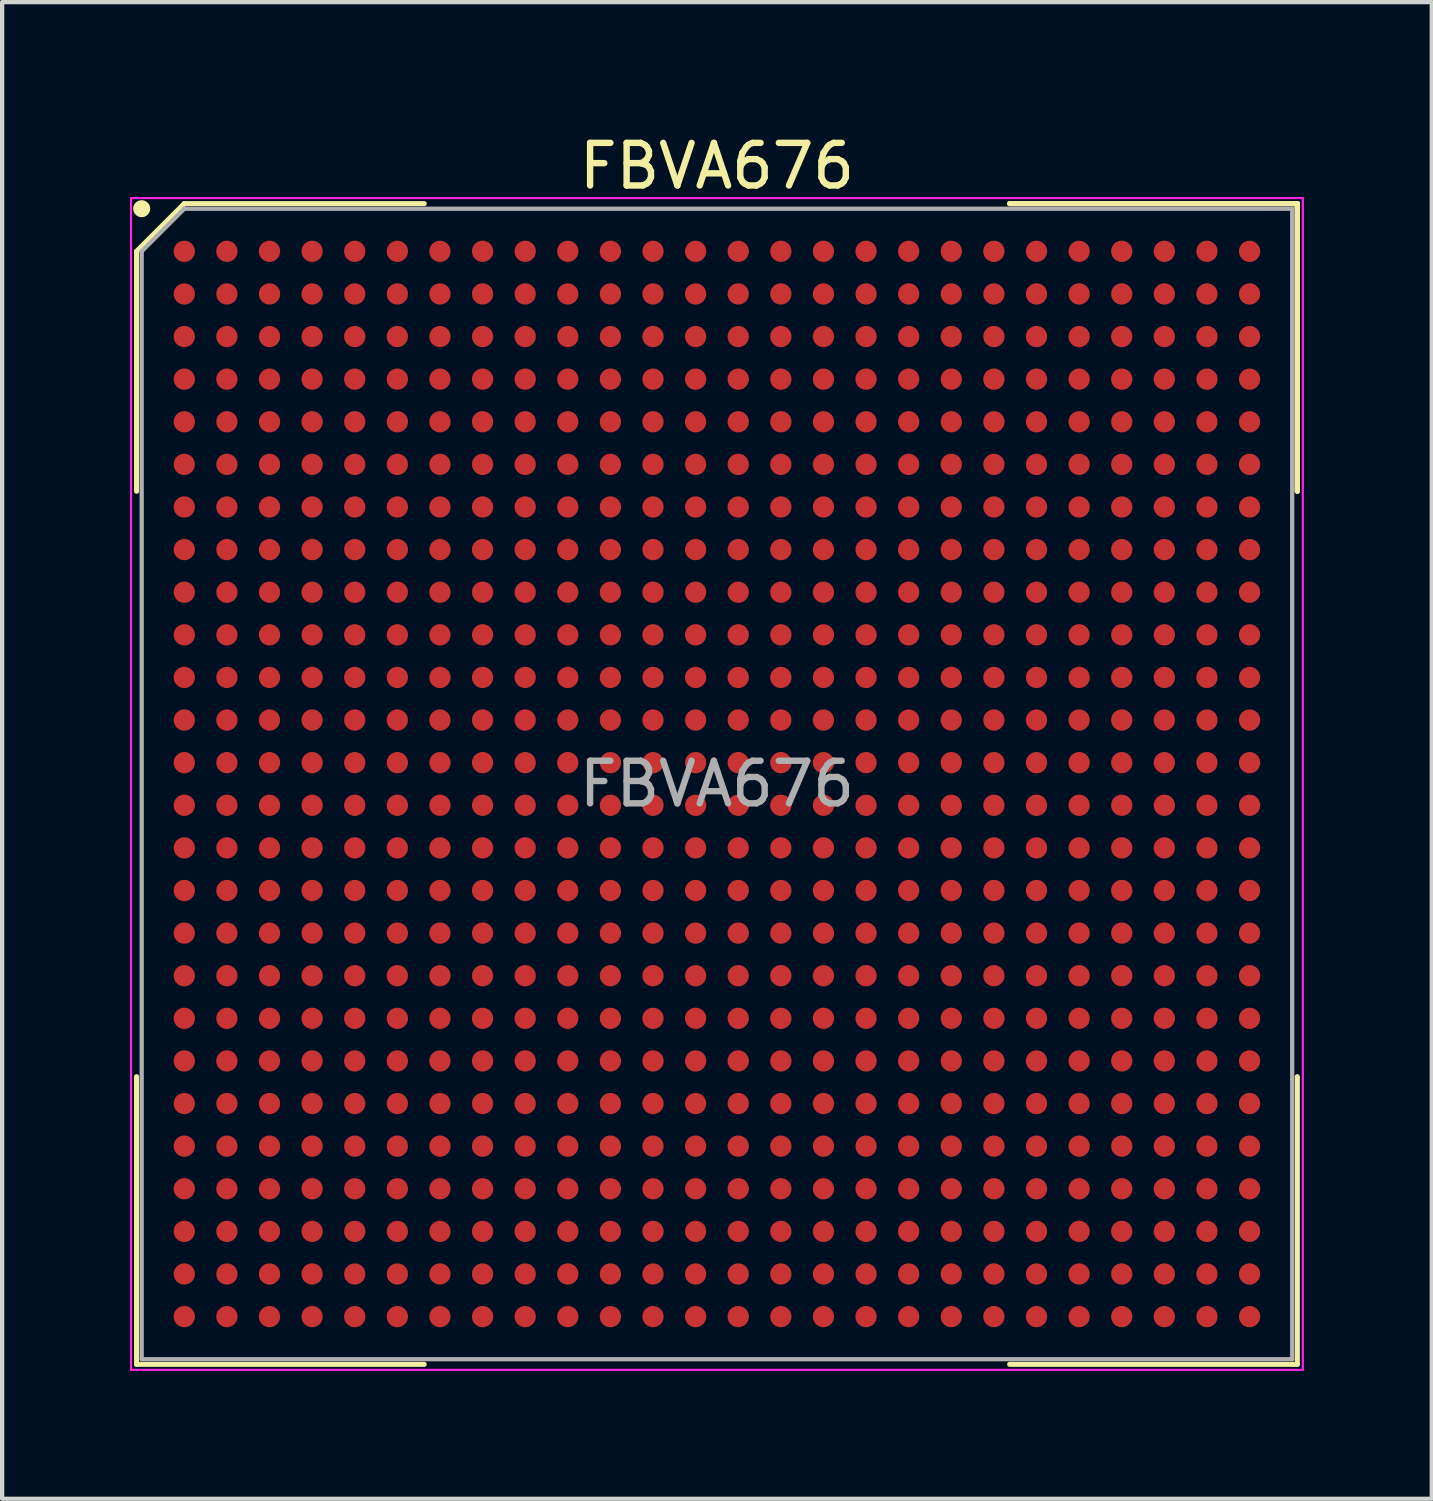
<source format=kicad_pcb>
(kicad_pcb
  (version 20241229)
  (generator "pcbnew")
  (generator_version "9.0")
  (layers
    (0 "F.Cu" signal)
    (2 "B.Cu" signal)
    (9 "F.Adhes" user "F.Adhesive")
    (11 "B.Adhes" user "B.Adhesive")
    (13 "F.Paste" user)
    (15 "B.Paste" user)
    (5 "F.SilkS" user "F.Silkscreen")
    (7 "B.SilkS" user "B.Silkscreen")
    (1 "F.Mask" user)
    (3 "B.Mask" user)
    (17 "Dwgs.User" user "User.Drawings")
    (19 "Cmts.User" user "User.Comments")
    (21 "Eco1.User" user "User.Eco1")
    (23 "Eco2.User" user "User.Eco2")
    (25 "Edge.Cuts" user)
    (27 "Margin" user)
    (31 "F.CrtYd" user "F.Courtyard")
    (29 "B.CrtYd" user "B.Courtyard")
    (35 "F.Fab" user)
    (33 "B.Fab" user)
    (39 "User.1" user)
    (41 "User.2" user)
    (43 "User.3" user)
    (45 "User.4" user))
  (footprint "FBVA676"
    (layer "F.Cu")
    (at 13.775 15.348)
    (property "Reference" "FBVA676" (at 0 -14.5 0) (layer "F.SilkS") (effects (font (size 1 1) (thickness 0.15))))
    (attr smd)
    (fp_line (start -13.62 -12.5) (end -13.62 -6.87) (stroke (width 0.12) (type solid)) (layer "F.SilkS"))
    (fp_line (start -13.62 13.62) (end -13.62 6.87) (stroke (width 0.12) (type solid)) (layer "F.SilkS"))
    (fp_line (start -12.5 -13.62) (end -13.62 -12.5) (stroke (width 0.12) (type solid)) (layer "F.SilkS"))
    (fp_line (start -6.87 -13.62) (end -12.5 -13.62) (stroke (width 0.12) (type solid)) (layer "F.SilkS"))
    (fp_line (start -6.87 13.62) (end -13.62 13.62) (stroke (width 0.12) (type solid)) (layer "F.SilkS"))
    (fp_line (start 6.87 -13.62) (end 13.62 -13.62) (stroke (width 0.12) (type solid)) (layer "F.SilkS"))
    (fp_line (start 6.87 -13.62) (end 13.62 -13.62) (stroke (width 0.12) (type solid)) (layer "F.SilkS"))
    (fp_line (start 6.87 -13.62) (end 13.62 -13.62) (stroke (width 0.12) (type solid)) (layer "F.SilkS"))
    (fp_line (start 6.87 13.62) (end 13.62 13.62) (stroke (width 0.12) (type solid)) (layer "F.SilkS"))
    (fp_line (start 13.62 -13.62) (end 13.62 -6.87) (stroke (width 0.12) (type solid)) (layer "F.SilkS"))
    (fp_line (start 13.62 -13.62) (end 13.62 -6.87) (stroke (width 0.12) (type solid)) (layer "F.SilkS"))
    (fp_line (start 13.62 -13.62) (end 13.62 -6.87) (stroke (width 0.12) (type solid)) (layer "F.SilkS"))
    (fp_line (start 13.62 13.62) (end 13.62 6.87) (stroke (width 0.12) (type solid)) (layer "F.SilkS"))
    (fp_circle (center -13.5 -13.5) (end -13.5 -13.4) (stroke (width 0.2) (type solid)) (fill no) (layer "F.SilkS"))
    (fp_line (start -13.75 -13.75) (end 13.75 -13.75) (stroke (width 0.05) (type solid)) (layer "F.CrtYd"))
    (fp_line (start -13.75 13.75) (end -13.75 -13.75) (stroke (width 0.05) (type solid)) (layer "F.CrtYd"))
    (fp_line (start 13.75 -13.75) (end 13.75 13.75) (stroke (width 0.05) (type solid)) (layer "F.CrtYd"))
    (fp_line (start 13.75 13.75) (end -13.75 13.75) (stroke (width 0.05) (type solid)) (layer "F.CrtYd"))
    (fp_line (start -13.5 -12.5) (end -13.5 13.5) (stroke (width 0.1) (type solid)) (layer "F.Fab"))
    (fp_line (start -13.5 13.5) (end 13.5 13.5) (stroke (width 0.1) (type solid)) (layer "F.Fab"))
    (fp_line (start -12.5 -13.5) (end -13.5 -12.5) (stroke (width 0.1) (type solid)) (layer "F.Fab"))
    (fp_line (start 13.5 -13.5) (end -12.5 -13.5) (stroke (width 0.1) (type solid)) (layer "F.Fab"))
    (fp_line (start 13.5 13.5) (end 13.5 -13.5) (stroke (width 0.1) (type solid)) (layer "F.Fab"))
    (fp_text user "${REFERENCE}" (at 0 0 0) (layer "F.Fab") (effects (font (size 1 1) (thickness 0.15))))
    (pad "A1" smd circle (at -12.5 -12.5) (size 0.5 0.5) (layers "F.Cu" "F.Mask" "F.Paste"))
    (pad "A2" smd circle (at -11.5 -12.5) (size 0.5 0.5) (layers "F.Cu" "F.Mask" "F.Paste"))
    (pad "A3" smd circle (at -10.5 -12.5) (size 0.5 0.5) (layers "F.Cu" "F.Mask" "F.Paste"))
    (pad "A4" smd circle (at -9.5 -12.5) (size 0.5 0.5) (layers "F.Cu" "F.Mask" "F.Paste"))
    (pad "A5" smd circle (at -8.5 -12.5) (size 0.5 0.5) (layers "F.Cu" "F.Mask" "F.Paste"))
    (pad "A6" smd circle (at -7.5 -12.5) (size 0.5 0.5) (layers "F.Cu" "F.Mask" "F.Paste"))
    (pad "A7" smd circle (at -6.5 -12.5) (size 0.5 0.5) (layers "F.Cu" "F.Mask" "F.Paste"))
    (pad "A8" smd circle (at -5.5 -12.5) (size 0.5 0.5) (layers "F.Cu" "F.Mask" "F.Paste"))
    (pad "A9" smd circle (at -4.5 -12.5) (size 0.5 0.5) (layers "F.Cu" "F.Mask" "F.Paste"))
    (pad "A10" smd circle (at -3.5 -12.5) (size 0.5 0.5) (layers "F.Cu" "F.Mask" "F.Paste"))
    (pad "A11" smd circle (at -2.5 -12.5) (size 0.5 0.5) (layers "F.Cu" "F.Mask" "F.Paste"))
    (pad "A12" smd circle (at -1.5 -12.5) (size 0.5 0.5) (layers "F.Cu" "F.Mask" "F.Paste"))
    (pad "A13" smd circle (at -0.5 -12.5) (size 0.5 0.5) (layers "F.Cu" "F.Mask" "F.Paste"))
    (pad "A14" smd circle (at 0.5 -12.5) (size 0.5 0.5) (layers "F.Cu" "F.Mask" "F.Paste"))
    (pad "A15" smd circle (at 1.5 -12.5) (size 0.5 0.5) (layers "F.Cu" "F.Mask" "F.Paste"))
    (pad "A16" smd circle (at 2.5 -12.5) (size 0.5 0.5) (layers "F.Cu" "F.Mask" "F.Paste"))
    (pad "A17" smd circle (at 3.5 -12.5) (size 0.5 0.5) (layers "F.Cu" "F.Mask" "F.Paste"))
    (pad "A18" smd circle (at 4.5 -12.5) (size 0.5 0.5) (layers "F.Cu" "F.Mask" "F.Paste"))
    (pad "A19" smd circle (at 5.5 -12.5) (size 0.5 0.5) (layers "F.Cu" "F.Mask" "F.Paste"))
    (pad "A20" smd circle (at 6.5 -12.5) (size 0.5 0.5) (layers "F.Cu" "F.Mask" "F.Paste"))
    (pad "A21" smd circle (at 7.5 -12.5) (size 0.5 0.5) (layers "F.Cu" "F.Mask" "F.Paste"))
    (pad "A22" smd circle (at 8.5 -12.5) (size 0.5 0.5) (layers "F.Cu" "F.Mask" "F.Paste"))
    (pad "A23" smd circle (at 9.5 -12.5) (size 0.5 0.5) (layers "F.Cu" "F.Mask" "F.Paste"))
    (pad "A24" smd circle (at 10.5 -12.5) (size 0.5 0.5) (layers "F.Cu" "F.Mask" "F.Paste"))
    (pad "A25" smd circle (at 11.5 -12.5) (size 0.5 0.5) (layers "F.Cu" "F.Mask" "F.Paste"))
    (pad "A26" smd circle (at 12.5 -12.5) (size 0.5 0.5) (layers "F.Cu" "F.Mask" "F.Paste"))
    (pad "AA1" smd circle (at -12.5 7.5) (size 0.5 0.5) (layers "F.Cu" "F.Mask" "F.Paste"))
    (pad "AA2" smd circle (at -11.5 7.5) (size 0.5 0.5) (layers "F.Cu" "F.Mask" "F.Paste"))
    (pad "AA3" smd circle (at -10.5 7.5) (size 0.5 0.5) (layers "F.Cu" "F.Mask" "F.Paste"))
    (pad "AA4" smd circle (at -9.5 7.5) (size 0.5 0.5) (layers "F.Cu" "F.Mask" "F.Paste"))
    (pad "AA5" smd circle (at -8.5 7.5) (size 0.5 0.5) (layers "F.Cu" "F.Mask" "F.Paste"))
    (pad "AA6" smd circle (at -7.5 7.5) (size 0.5 0.5) (layers "F.Cu" "F.Mask" "F.Paste"))
    (pad "AA7" smd circle (at -6.5 7.5) (size 0.5 0.5) (layers "F.Cu" "F.Mask" "F.Paste"))
    (pad "AA8" smd circle (at -5.5 7.5) (size 0.5 0.5) (layers "F.Cu" "F.Mask" "F.Paste"))
    (pad "AA9" smd circle (at -4.5 7.5) (size 0.5 0.5) (layers "F.Cu" "F.Mask" "F.Paste"))
    (pad "AA10" smd circle (at -3.5 7.5) (size 0.5 0.5) (layers "F.Cu" "F.Mask" "F.Paste"))
    (pad "AA11" smd circle (at -2.5 7.5) (size 0.5 0.5) (layers "F.Cu" "F.Mask" "F.Paste"))
    (pad "AA12" smd circle (at -1.5 7.5) (size 0.5 0.5) (layers "F.Cu" "F.Mask" "F.Paste"))
    (pad "AA13" smd circle (at -0.5 7.5) (size 0.5 0.5) (layers "F.Cu" "F.Mask" "F.Paste"))
    (pad "AA14" smd circle (at 0.5 7.5) (size 0.5 0.5) (layers "F.Cu" "F.Mask" "F.Paste"))
    (pad "AA15" smd circle (at 1.5 7.5) (size 0.5 0.5) (layers "F.Cu" "F.Mask" "F.Paste"))
    (pad "AA16" smd circle (at 2.5 7.5) (size 0.5 0.5) (layers "F.Cu" "F.Mask" "F.Paste"))
    (pad "AA17" smd circle (at 3.5 7.5) (size 0.5 0.5) (layers "F.Cu" "F.Mask" "F.Paste"))
    (pad "AA18" smd circle (at 4.5 7.5) (size 0.5 0.5) (layers "F.Cu" "F.Mask" "F.Paste"))
    (pad "AA19" smd circle (at 5.5 7.5) (size 0.5 0.5) (layers "F.Cu" "F.Mask" "F.Paste"))
    (pad "AA20" smd circle (at 6.5 7.5) (size 0.5 0.5) (layers "F.Cu" "F.Mask" "F.Paste"))
    (pad "AA21" smd circle (at 7.5 7.5) (size 0.5 0.5) (layers "F.Cu" "F.Mask" "F.Paste"))
    (pad "AA22" smd circle (at 8.5 7.5) (size 0.5 0.5) (layers "F.Cu" "F.Mask" "F.Paste"))
    (pad "AA23" smd circle (at 9.5 7.5) (size 0.5 0.5) (layers "F.Cu" "F.Mask" "F.Paste"))
    (pad "AA24" smd circle (at 10.5 7.5) (size 0.5 0.5) (layers "F.Cu" "F.Mask" "F.Paste"))
    (pad "AA25" smd circle (at 11.5 7.5) (size 0.5 0.5) (layers "F.Cu" "F.Mask" "F.Paste"))
    (pad "AA26" smd circle (at 12.5 7.5) (size 0.5 0.5) (layers "F.Cu" "F.Mask" "F.Paste"))
    (pad "AB1" smd circle (at -12.5 8.5) (size 0.5 0.5) (layers "F.Cu" "F.Mask" "F.Paste"))
    (pad "AB2" smd circle (at -11.5 8.5) (size 0.5 0.5) (layers "F.Cu" "F.Mask" "F.Paste"))
    (pad "AB3" smd circle (at -10.5 8.5) (size 0.5 0.5) (layers "F.Cu" "F.Mask" "F.Paste"))
    (pad "AB4" smd circle (at -9.5 8.5) (size 0.5 0.5) (layers "F.Cu" "F.Mask" "F.Paste"))
    (pad "AB5" smd circle (at -8.5 8.5) (size 0.5 0.5) (layers "F.Cu" "F.Mask" "F.Paste"))
    (pad "AB6" smd circle (at -7.5 8.5) (size 0.5 0.5) (layers "F.Cu" "F.Mask" "F.Paste"))
    (pad "AB7" smd circle (at -6.5 8.5) (size 0.5 0.5) (layers "F.Cu" "F.Mask" "F.Paste"))
    (pad "AB8" smd circle (at -5.5 8.5) (size 0.5 0.5) (layers "F.Cu" "F.Mask" "F.Paste"))
    (pad "AB9" smd circle (at -4.5 8.5) (size 0.5 0.5) (layers "F.Cu" "F.Mask" "F.Paste"))
    (pad "AB10" smd circle (at -3.5 8.5) (size 0.5 0.5) (layers "F.Cu" "F.Mask" "F.Paste"))
    (pad "AB11" smd circle (at -2.5 8.5) (size 0.5 0.5) (layers "F.Cu" "F.Mask" "F.Paste"))
    (pad "AB12" smd circle (at -1.5 8.5) (size 0.5 0.5) (layers "F.Cu" "F.Mask" "F.Paste"))
    (pad "AB13" smd circle (at -0.5 8.5) (size 0.5 0.5) (layers "F.Cu" "F.Mask" "F.Paste"))
    (pad "AB14" smd circle (at 0.5 8.5) (size 0.5 0.5) (layers "F.Cu" "F.Mask" "F.Paste"))
    (pad "AB15" smd circle (at 1.5 8.5) (size 0.5 0.5) (layers "F.Cu" "F.Mask" "F.Paste"))
    (pad "AB16" smd circle (at 2.5 8.5) (size 0.5 0.5) (layers "F.Cu" "F.Mask" "F.Paste"))
    (pad "AB17" smd circle (at 3.5 8.5) (size 0.5 0.5) (layers "F.Cu" "F.Mask" "F.Paste"))
    (pad "AB18" smd circle (at 4.5 8.5) (size 0.5 0.5) (layers "F.Cu" "F.Mask" "F.Paste"))
    (pad "AB19" smd circle (at 5.5 8.5) (size 0.5 0.5) (layers "F.Cu" "F.Mask" "F.Paste"))
    (pad "AB20" smd circle (at 6.5 8.5) (size 0.5 0.5) (layers "F.Cu" "F.Mask" "F.Paste"))
    (pad "AB21" smd circle (at 7.5 8.5) (size 0.5 0.5) (layers "F.Cu" "F.Mask" "F.Paste"))
    (pad "AB22" smd circle (at 8.5 8.5) (size 0.5 0.5) (layers "F.Cu" "F.Mask" "F.Paste"))
    (pad "AB23" smd circle (at 9.5 8.5) (size 0.5 0.5) (layers "F.Cu" "F.Mask" "F.Paste"))
    (pad "AB24" smd circle (at 10.5 8.5) (size 0.5 0.5) (layers "F.Cu" "F.Mask" "F.Paste"))
    (pad "AB25" smd circle (at 11.5 8.5) (size 0.5 0.5) (layers "F.Cu" "F.Mask" "F.Paste"))
    (pad "AB26" smd circle (at 12.5 8.5) (size 0.5 0.5) (layers "F.Cu" "F.Mask" "F.Paste"))
    (pad "AC1" smd circle (at -12.5 9.5) (size 0.5 0.5) (layers "F.Cu" "F.Mask" "F.Paste"))
    (pad "AC2" smd circle (at -11.5 9.5) (size 0.5 0.5) (layers "F.Cu" "F.Mask" "F.Paste"))
    (pad "AC3" smd circle (at -10.5 9.5) (size 0.5 0.5) (layers "F.Cu" "F.Mask" "F.Paste"))
    (pad "AC4" smd circle (at -9.5 9.5) (size 0.5 0.5) (layers "F.Cu" "F.Mask" "F.Paste"))
    (pad "AC5" smd circle (at -8.5 9.5) (size 0.5 0.5) (layers "F.Cu" "F.Mask" "F.Paste"))
    (pad "AC6" smd circle (at -7.5 9.5) (size 0.5 0.5) (layers "F.Cu" "F.Mask" "F.Paste"))
    (pad "AC7" smd circle (at -6.5 9.5) (size 0.5 0.5) (layers "F.Cu" "F.Mask" "F.Paste"))
    (pad "AC8" smd circle (at -5.5 9.5) (size 0.5 0.5) (layers "F.Cu" "F.Mask" "F.Paste"))
    (pad "AC9" smd circle (at -4.5 9.5) (size 0.5 0.5) (layers "F.Cu" "F.Mask" "F.Paste"))
    (pad "AC10" smd circle (at -3.5 9.5) (size 0.5 0.5) (layers "F.Cu" "F.Mask" "F.Paste"))
    (pad "AC11" smd circle (at -2.5 9.5) (size 0.5 0.5) (layers "F.Cu" "F.Mask" "F.Paste"))
    (pad "AC12" smd circle (at -1.5 9.5) (size 0.5 0.5) (layers "F.Cu" "F.Mask" "F.Paste"))
    (pad "AC13" smd circle (at -0.5 9.5) (size 0.5 0.5) (layers "F.Cu" "F.Mask" "F.Paste"))
    (pad "AC14" smd circle (at 0.5 9.5) (size 0.5 0.5) (layers "F.Cu" "F.Mask" "F.Paste"))
    (pad "AC15" smd circle (at 1.5 9.5) (size 0.5 0.5) (layers "F.Cu" "F.Mask" "F.Paste"))
    (pad "AC16" smd circle (at 2.5 9.5) (size 0.5 0.5) (layers "F.Cu" "F.Mask" "F.Paste"))
    (pad "AC17" smd circle (at 3.5 9.5) (size 0.5 0.5) (layers "F.Cu" "F.Mask" "F.Paste"))
    (pad "AC18" smd circle (at 4.5 9.5) (size 0.5 0.5) (layers "F.Cu" "F.Mask" "F.Paste"))
    (pad "AC19" smd circle (at 5.5 9.5) (size 0.5 0.5) (layers "F.Cu" "F.Mask" "F.Paste"))
    (pad "AC20" smd circle (at 6.5 9.5) (size 0.5 0.5) (layers "F.Cu" "F.Mask" "F.Paste"))
    (pad "AC21" smd circle (at 7.5 9.5) (size 0.5 0.5) (layers "F.Cu" "F.Mask" "F.Paste"))
    (pad "AC22" smd circle (at 8.5 9.5) (size 0.5 0.5) (layers "F.Cu" "F.Mask" "F.Paste"))
    (pad "AC23" smd circle (at 9.5 9.5) (size 0.5 0.5) (layers "F.Cu" "F.Mask" "F.Paste"))
    (pad "AC24" smd circle (at 10.5 9.5) (size 0.5 0.5) (layers "F.Cu" "F.Mask" "F.Paste"))
    (pad "AC25" smd circle (at 11.5 9.5) (size 0.5 0.5) (layers "F.Cu" "F.Mask" "F.Paste"))
    (pad "AC26" smd circle (at 12.5 9.5) (size 0.5 0.5) (layers "F.Cu" "F.Mask" "F.Paste"))
    (pad "AD1" smd circle (at -12.5 10.5) (size 0.5 0.5) (layers "F.Cu" "F.Mask" "F.Paste"))
    (pad "AD2" smd circle (at -11.5 10.5) (size 0.5 0.5) (layers "F.Cu" "F.Mask" "F.Paste"))
    (pad "AD3" smd circle (at -10.5 10.5) (size 0.5 0.5) (layers "F.Cu" "F.Mask" "F.Paste"))
    (pad "AD4" smd circle (at -9.5 10.5) (size 0.5 0.5) (layers "F.Cu" "F.Mask" "F.Paste"))
    (pad "AD5" smd circle (at -8.5 10.5) (size 0.5 0.5) (layers "F.Cu" "F.Mask" "F.Paste"))
    (pad "AD6" smd circle (at -7.5 10.5) (size 0.5 0.5) (layers "F.Cu" "F.Mask" "F.Paste"))
    (pad "AD7" smd circle (at -6.5 10.5) (size 0.5 0.5) (layers "F.Cu" "F.Mask" "F.Paste"))
    (pad "AD8" smd circle (at -5.5 10.5) (size 0.5 0.5) (layers "F.Cu" "F.Mask" "F.Paste"))
    (pad "AD9" smd circle (at -4.5 10.5) (size 0.5 0.5) (layers "F.Cu" "F.Mask" "F.Paste"))
    (pad "AD10" smd circle (at -3.5 10.5) (size 0.5 0.5) (layers "F.Cu" "F.Mask" "F.Paste"))
    (pad "AD11" smd circle (at -2.5 10.5) (size 0.5 0.5) (layers "F.Cu" "F.Mask" "F.Paste"))
    (pad "AD12" smd circle (at -1.5 10.5) (size 0.5 0.5) (layers "F.Cu" "F.Mask" "F.Paste"))
    (pad "AD13" smd circle (at -0.5 10.5) (size 0.5 0.5) (layers "F.Cu" "F.Mask" "F.Paste"))
    (pad "AD14" smd circle (at 0.5 10.5) (size 0.5 0.5) (layers "F.Cu" "F.Mask" "F.Paste"))
    (pad "AD15" smd circle (at 1.5 10.5) (size 0.5 0.5) (layers "F.Cu" "F.Mask" "F.Paste"))
    (pad "AD16" smd circle (at 2.5 10.5) (size 0.5 0.5) (layers "F.Cu" "F.Mask" "F.Paste"))
    (pad "AD17" smd circle (at 3.5 10.5) (size 0.5 0.5) (layers "F.Cu" "F.Mask" "F.Paste"))
    (pad "AD18" smd circle (at 4.5 10.5) (size 0.5 0.5) (layers "F.Cu" "F.Mask" "F.Paste"))
    (pad "AD19" smd circle (at 5.5 10.5) (size 0.5 0.5) (layers "F.Cu" "F.Mask" "F.Paste"))
    (pad "AD20" smd circle (at 6.5 10.5) (size 0.5 0.5) (layers "F.Cu" "F.Mask" "F.Paste"))
    (pad "AD21" smd circle (at 7.5 10.5) (size 0.5 0.5) (layers "F.Cu" "F.Mask" "F.Paste"))
    (pad "AD22" smd circle (at 8.5 10.5) (size 0.5 0.5) (layers "F.Cu" "F.Mask" "F.Paste"))
    (pad "AD23" smd circle (at 9.5 10.5) (size 0.5 0.5) (layers "F.Cu" "F.Mask" "F.Paste"))
    (pad "AD24" smd circle (at 10.5 10.5) (size 0.5 0.5) (layers "F.Cu" "F.Mask" "F.Paste"))
    (pad "AD25" smd circle (at 11.5 10.5) (size 0.5 0.5) (layers "F.Cu" "F.Mask" "F.Paste"))
    (pad "AD26" smd circle (at 12.5 10.5) (size 0.5 0.5) (layers "F.Cu" "F.Mask" "F.Paste"))
    (pad "AE1" smd circle (at -12.5 11.5) (size 0.5 0.5) (layers "F.Cu" "F.Mask" "F.Paste"))
    (pad "AE2" smd circle (at -11.5 11.5) (size 0.5 0.5) (layers "F.Cu" "F.Mask" "F.Paste"))
    (pad "AE3" smd circle (at -10.5 11.5) (size 0.5 0.5) (layers "F.Cu" "F.Mask" "F.Paste"))
    (pad "AE4" smd circle (at -9.5 11.5) (size 0.5 0.5) (layers "F.Cu" "F.Mask" "F.Paste"))
    (pad "AE5" smd circle (at -8.5 11.5) (size 0.5 0.5) (layers "F.Cu" "F.Mask" "F.Paste"))
    (pad "AE6" smd circle (at -7.5 11.5) (size 0.5 0.5) (layers "F.Cu" "F.Mask" "F.Paste"))
    (pad "AE7" smd circle (at -6.5 11.5) (size 0.5 0.5) (layers "F.Cu" "F.Mask" "F.Paste"))
    (pad "AE8" smd circle (at -5.5 11.5) (size 0.5 0.5) (layers "F.Cu" "F.Mask" "F.Paste"))
    (pad "AE9" smd circle (at -4.5 11.5) (size 0.5 0.5) (layers "F.Cu" "F.Mask" "F.Paste"))
    (pad "AE10" smd circle (at -3.5 11.5) (size 0.5 0.5) (layers "F.Cu" "F.Mask" "F.Paste"))
    (pad "AE11" smd circle (at -2.5 11.5) (size 0.5 0.5) (layers "F.Cu" "F.Mask" "F.Paste"))
    (pad "AE12" smd circle (at -1.5 11.5) (size 0.5 0.5) (layers "F.Cu" "F.Mask" "F.Paste"))
    (pad "AE13" smd circle (at -0.5 11.5) (size 0.5 0.5) (layers "F.Cu" "F.Mask" "F.Paste"))
    (pad "AE14" smd circle (at 0.5 11.5) (size 0.5 0.5) (layers "F.Cu" "F.Mask" "F.Paste"))
    (pad "AE15" smd circle (at 1.5 11.5) (size 0.5 0.5) (layers "F.Cu" "F.Mask" "F.Paste"))
    (pad "AE16" smd circle (at 2.5 11.5) (size 0.5 0.5) (layers "F.Cu" "F.Mask" "F.Paste"))
    (pad "AE17" smd circle (at 3.5 11.5) (size 0.5 0.5) (layers "F.Cu" "F.Mask" "F.Paste"))
    (pad "AE18" smd circle (at 4.5 11.5) (size 0.5 0.5) (layers "F.Cu" "F.Mask" "F.Paste"))
    (pad "AE19" smd circle (at 5.5 11.5) (size 0.5 0.5) (layers "F.Cu" "F.Mask" "F.Paste"))
    (pad "AE20" smd circle (at 6.5 11.5) (size 0.5 0.5) (layers "F.Cu" "F.Mask" "F.Paste"))
    (pad "AE21" smd circle (at 7.5 11.5) (size 0.5 0.5) (layers "F.Cu" "F.Mask" "F.Paste"))
    (pad "AE22" smd circle (at 8.5 11.5) (size 0.5 0.5) (layers "F.Cu" "F.Mask" "F.Paste"))
    (pad "AE23" smd circle (at 9.5 11.5) (size 0.5 0.5) (layers "F.Cu" "F.Mask" "F.Paste"))
    (pad "AE24" smd circle (at 10.5 11.5) (size 0.5 0.5) (layers "F.Cu" "F.Mask" "F.Paste"))
    (pad "AE25" smd circle (at 11.5 11.5) (size 0.5 0.5) (layers "F.Cu" "F.Mask" "F.Paste"))
    (pad "AE26" smd circle (at 12.5 11.5) (size 0.5 0.5) (layers "F.Cu" "F.Mask" "F.Paste"))
    (pad "AF1" smd circle (at -12.5 12.5) (size 0.5 0.5) (layers "F.Cu" "F.Mask" "F.Paste"))
    (pad "AF2" smd circle (at -11.5 12.5) (size 0.5 0.5) (layers "F.Cu" "F.Mask" "F.Paste"))
    (pad "AF3" smd circle (at -10.5 12.5) (size 0.5 0.5) (layers "F.Cu" "F.Mask" "F.Paste"))
    (pad "AF4" smd circle (at -9.5 12.5) (size 0.5 0.5) (layers "F.Cu" "F.Mask" "F.Paste"))
    (pad "AF5" smd circle (at -8.5 12.5) (size 0.5 0.5) (layers "F.Cu" "F.Mask" "F.Paste"))
    (pad "AF6" smd circle (at -7.5 12.5) (size 0.5 0.5) (layers "F.Cu" "F.Mask" "F.Paste"))
    (pad "AF7" smd circle (at -6.5 12.5) (size 0.5 0.5) (layers "F.Cu" "F.Mask" "F.Paste"))
    (pad "AF8" smd circle (at -5.5 12.5) (size 0.5 0.5) (layers "F.Cu" "F.Mask" "F.Paste"))
    (pad "AF9" smd circle (at -4.5 12.5) (size 0.5 0.5) (layers "F.Cu" "F.Mask" "F.Paste"))
    (pad "AF10" smd circle (at -3.5 12.5) (size 0.5 0.5) (layers "F.Cu" "F.Mask" "F.Paste"))
    (pad "AF11" smd circle (at -2.5 12.5) (size 0.5 0.5) (layers "F.Cu" "F.Mask" "F.Paste"))
    (pad "AF12" smd circle (at -1.5 12.5) (size 0.5 0.5) (layers "F.Cu" "F.Mask" "F.Paste"))
    (pad "AF13" smd circle (at -0.5 12.5) (size 0.5 0.5) (layers "F.Cu" "F.Mask" "F.Paste"))
    (pad "AF14" smd circle (at 0.5 12.5) (size 0.5 0.5) (layers "F.Cu" "F.Mask" "F.Paste"))
    (pad "AF15" smd circle (at 1.5 12.5) (size 0.5 0.5) (layers "F.Cu" "F.Mask" "F.Paste"))
    (pad "AF16" smd circle (at 2.5 12.5) (size 0.5 0.5) (layers "F.Cu" "F.Mask" "F.Paste"))
    (pad "AF17" smd circle (at 3.5 12.5) (size 0.5 0.5) (layers "F.Cu" "F.Mask" "F.Paste"))
    (pad "AF18" smd circle (at 4.5 12.5) (size 0.5 0.5) (layers "F.Cu" "F.Mask" "F.Paste"))
    (pad "AF19" smd circle (at 5.5 12.5) (size 0.5 0.5) (layers "F.Cu" "F.Mask" "F.Paste"))
    (pad "AF20" smd circle (at 6.5 12.5) (size 0.5 0.5) (layers "F.Cu" "F.Mask" "F.Paste"))
    (pad "AF21" smd circle (at 7.5 12.5) (size 0.5 0.5) (layers "F.Cu" "F.Mask" "F.Paste"))
    (pad "AF22" smd circle (at 8.5 12.5) (size 0.5 0.5) (layers "F.Cu" "F.Mask" "F.Paste"))
    (pad "AF23" smd circle (at 9.5 12.5) (size 0.5 0.5) (layers "F.Cu" "F.Mask" "F.Paste"))
    (pad "AF24" smd circle (at 10.5 12.5) (size 0.5 0.5) (layers "F.Cu" "F.Mask" "F.Paste"))
    (pad "AF25" smd circle (at 11.5 12.5) (size 0.5 0.5) (layers "F.Cu" "F.Mask" "F.Paste"))
    (pad "AF26" smd circle (at 12.5 12.5) (size 0.5 0.5) (layers "F.Cu" "F.Mask" "F.Paste"))
    (pad "B1" smd circle (at -12.5 -11.5) (size 0.5 0.5) (layers "F.Cu" "F.Mask" "F.Paste"))
    (pad "B2" smd circle (at -11.5 -11.5) (size 0.5 0.5) (layers "F.Cu" "F.Mask" "F.Paste"))
    (pad "B3" smd circle (at -10.5 -11.5) (size 0.5 0.5) (layers "F.Cu" "F.Mask" "F.Paste"))
    (pad "B4" smd circle (at -9.5 -11.5) (size 0.5 0.5) (layers "F.Cu" "F.Mask" "F.Paste"))
    (pad "B5" smd circle (at -8.5 -11.5) (size 0.5 0.5) (layers "F.Cu" "F.Mask" "F.Paste"))
    (pad "B6" smd circle (at -7.5 -11.5) (size 0.5 0.5) (layers "F.Cu" "F.Mask" "F.Paste"))
    (pad "B7" smd circle (at -6.5 -11.5) (size 0.5 0.5) (layers "F.Cu" "F.Mask" "F.Paste"))
    (pad "B8" smd circle (at -5.5 -11.5) (size 0.5 0.5) (layers "F.Cu" "F.Mask" "F.Paste"))
    (pad "B9" smd circle (at -4.5 -11.5) (size 0.5 0.5) (layers "F.Cu" "F.Mask" "F.Paste"))
    (pad "B10" smd circle (at -3.5 -11.5) (size 0.5 0.5) (layers "F.Cu" "F.Mask" "F.Paste"))
    (pad "B11" smd circle (at -2.5 -11.5) (size 0.5 0.5) (layers "F.Cu" "F.Mask" "F.Paste"))
    (pad "B12" smd circle (at -1.5 -11.5) (size 0.5 0.5) (layers "F.Cu" "F.Mask" "F.Paste"))
    (pad "B13" smd circle (at -0.5 -11.5) (size 0.5 0.5) (layers "F.Cu" "F.Mask" "F.Paste"))
    (pad "B14" smd circle (at 0.5 -11.5) (size 0.5 0.5) (layers "F.Cu" "F.Mask" "F.Paste"))
    (pad "B15" smd circle (at 1.5 -11.5) (size 0.5 0.5) (layers "F.Cu" "F.Mask" "F.Paste"))
    (pad "B16" smd circle (at 2.5 -11.5) (size 0.5 0.5) (layers "F.Cu" "F.Mask" "F.Paste"))
    (pad "B17" smd circle (at 3.5 -11.5) (size 0.5 0.5) (layers "F.Cu" "F.Mask" "F.Paste"))
    (pad "B18" smd circle (at 4.5 -11.5) (size 0.5 0.5) (layers "F.Cu" "F.Mask" "F.Paste"))
    (pad "B19" smd circle (at 5.5 -11.5) (size 0.5 0.5) (layers "F.Cu" "F.Mask" "F.Paste"))
    (pad "B20" smd circle (at 6.5 -11.5) (size 0.5 0.5) (layers "F.Cu" "F.Mask" "F.Paste"))
    (pad "B21" smd circle (at 7.5 -11.5) (size 0.5 0.5) (layers "F.Cu" "F.Mask" "F.Paste"))
    (pad "B22" smd circle (at 8.5 -11.5) (size 0.5 0.5) (layers "F.Cu" "F.Mask" "F.Paste"))
    (pad "B23" smd circle (at 9.5 -11.5) (size 0.5 0.5) (layers "F.Cu" "F.Mask" "F.Paste"))
    (pad "B24" smd circle (at 10.5 -11.5) (size 0.5 0.5) (layers "F.Cu" "F.Mask" "F.Paste"))
    (pad "B25" smd circle (at 11.5 -11.5) (size 0.5 0.5) (layers "F.Cu" "F.Mask" "F.Paste"))
    (pad "B26" smd circle (at 12.5 -11.5) (size 0.5 0.5) (layers "F.Cu" "F.Mask" "F.Paste"))
    (pad "C1" smd circle (at -12.5 -10.5) (size 0.5 0.5) (layers "F.Cu" "F.Mask" "F.Paste"))
    (pad "C2" smd circle (at -11.5 -10.5) (size 0.5 0.5) (layers "F.Cu" "F.Mask" "F.Paste"))
    (pad "C3" smd circle (at -10.5 -10.5) (size 0.5 0.5) (layers "F.Cu" "F.Mask" "F.Paste"))
    (pad "C4" smd circle (at -9.5 -10.5) (size 0.5 0.5) (layers "F.Cu" "F.Mask" "F.Paste"))
    (pad "C5" smd circle (at -8.5 -10.5) (size 0.5 0.5) (layers "F.Cu" "F.Mask" "F.Paste"))
    (pad "C6" smd circle (at -7.5 -10.5) (size 0.5 0.5) (layers "F.Cu" "F.Mask" "F.Paste"))
    (pad "C7" smd circle (at -6.5 -10.5) (size 0.5 0.5) (layers "F.Cu" "F.Mask" "F.Paste"))
    (pad "C8" smd circle (at -5.5 -10.5) (size 0.5 0.5) (layers "F.Cu" "F.Mask" "F.Paste"))
    (pad "C9" smd circle (at -4.5 -10.5) (size 0.5 0.5) (layers "F.Cu" "F.Mask" "F.Paste"))
    (pad "C10" smd circle (at -3.5 -10.5) (size 0.5 0.5) (layers "F.Cu" "F.Mask" "F.Paste"))
    (pad "C11" smd circle (at -2.5 -10.5) (size 0.5 0.5) (layers "F.Cu" "F.Mask" "F.Paste"))
    (pad "C12" smd circle (at -1.5 -10.5) (size 0.5 0.5) (layers "F.Cu" "F.Mask" "F.Paste"))
    (pad "C13" smd circle (at -0.5 -10.5) (size 0.5 0.5) (layers "F.Cu" "F.Mask" "F.Paste"))
    (pad "C14" smd circle (at 0.5 -10.5) (size 0.5 0.5) (layers "F.Cu" "F.Mask" "F.Paste"))
    (pad "C15" smd circle (at 1.5 -10.5) (size 0.5 0.5) (layers "F.Cu" "F.Mask" "F.Paste"))
    (pad "C16" smd circle (at 2.5 -10.5) (size 0.5 0.5) (layers "F.Cu" "F.Mask" "F.Paste"))
    (pad "C17" smd circle (at 3.5 -10.5) (size 0.5 0.5) (layers "F.Cu" "F.Mask" "F.Paste"))
    (pad "C18" smd circle (at 4.5 -10.5) (size 0.5 0.5) (layers "F.Cu" "F.Mask" "F.Paste"))
    (pad "C19" smd circle (at 5.5 -10.5) (size 0.5 0.5) (layers "F.Cu" "F.Mask" "F.Paste"))
    (pad "C20" smd circle (at 6.5 -10.5) (size 0.5 0.5) (layers "F.Cu" "F.Mask" "F.Paste"))
    (pad "C21" smd circle (at 7.5 -10.5) (size 0.5 0.5) (layers "F.Cu" "F.Mask" "F.Paste"))
    (pad "C22" smd circle (at 8.5 -10.5) (size 0.5 0.5) (layers "F.Cu" "F.Mask" "F.Paste"))
    (pad "C23" smd circle (at 9.5 -10.5) (size 0.5 0.5) (layers "F.Cu" "F.Mask" "F.Paste"))
    (pad "C24" smd circle (at 10.5 -10.5) (size 0.5 0.5) (layers "F.Cu" "F.Mask" "F.Paste"))
    (pad "C25" smd circle (at 11.5 -10.5) (size 0.5 0.5) (layers "F.Cu" "F.Mask" "F.Paste"))
    (pad "C26" smd circle (at 12.5 -10.5) (size 0.5 0.5) (layers "F.Cu" "F.Mask" "F.Paste"))
    (pad "D1" smd circle (at -12.5 -9.5) (size 0.5 0.5) (layers "F.Cu" "F.Mask" "F.Paste"))
    (pad "D2" smd circle (at -11.5 -9.5) (size 0.5 0.5) (layers "F.Cu" "F.Mask" "F.Paste"))
    (pad "D3" smd circle (at -10.5 -9.5) (size 0.5 0.5) (layers "F.Cu" "F.Mask" "F.Paste"))
    (pad "D4" smd circle (at -9.5 -9.5) (size 0.5 0.5) (layers "F.Cu" "F.Mask" "F.Paste"))
    (pad "D5" smd circle (at -8.5 -9.5) (size 0.5 0.5) (layers "F.Cu" "F.Mask" "F.Paste"))
    (pad "D6" smd circle (at -7.5 -9.5) (size 0.5 0.5) (layers "F.Cu" "F.Mask" "F.Paste"))
    (pad "D7" smd circle (at -6.5 -9.5) (size 0.5 0.5) (layers "F.Cu" "F.Mask" "F.Paste"))
    (pad "D8" smd circle (at -5.5 -9.5) (size 0.5 0.5) (layers "F.Cu" "F.Mask" "F.Paste"))
    (pad "D9" smd circle (at -4.5 -9.5) (size 0.5 0.5) (layers "F.Cu" "F.Mask" "F.Paste"))
    (pad "D10" smd circle (at -3.5 -9.5) (size 0.5 0.5) (layers "F.Cu" "F.Mask" "F.Paste"))
    (pad "D11" smd circle (at -2.5 -9.5) (size 0.5 0.5) (layers "F.Cu" "F.Mask" "F.Paste"))
    (pad "D12" smd circle (at -1.5 -9.5) (size 0.5 0.5) (layers "F.Cu" "F.Mask" "F.Paste"))
    (pad "D13" smd circle (at -0.5 -9.5) (size 0.5 0.5) (layers "F.Cu" "F.Mask" "F.Paste"))
    (pad "D14" smd circle (at 0.5 -9.5) (size 0.5 0.5) (layers "F.Cu" "F.Mask" "F.Paste"))
    (pad "D15" smd circle (at 1.5 -9.5) (size 0.5 0.5) (layers "F.Cu" "F.Mask" "F.Paste"))
    (pad "D16" smd circle (at 2.5 -9.5) (size 0.5 0.5) (layers "F.Cu" "F.Mask" "F.Paste"))
    (pad "D17" smd circle (at 3.5 -9.5) (size 0.5 0.5) (layers "F.Cu" "F.Mask" "F.Paste"))
    (pad "D18" smd circle (at 4.5 -9.5) (size 0.5 0.5) (layers "F.Cu" "F.Mask" "F.Paste"))
    (pad "D19" smd circle (at 5.5 -9.5) (size 0.5 0.5) (layers "F.Cu" "F.Mask" "F.Paste"))
    (pad "D20" smd circle (at 6.5 -9.5) (size 0.5 0.5) (layers "F.Cu" "F.Mask" "F.Paste"))
    (pad "D21" smd circle (at 7.5 -9.5) (size 0.5 0.5) (layers "F.Cu" "F.Mask" "F.Paste"))
    (pad "D22" smd circle (at 8.5 -9.5) (size 0.5 0.5) (layers "F.Cu" "F.Mask" "F.Paste"))
    (pad "D23" smd circle (at 9.5 -9.5) (size 0.5 0.5) (layers "F.Cu" "F.Mask" "F.Paste"))
    (pad "D24" smd circle (at 10.5 -9.5) (size 0.5 0.5) (layers "F.Cu" "F.Mask" "F.Paste"))
    (pad "D25" smd circle (at 11.5 -9.5) (size 0.5 0.5) (layers "F.Cu" "F.Mask" "F.Paste"))
    (pad "D26" smd circle (at 12.5 -9.5) (size 0.5 0.5) (layers "F.Cu" "F.Mask" "F.Paste"))
    (pad "E1" smd circle (at -12.5 -8.5) (size 0.5 0.5) (layers "F.Cu" "F.Mask" "F.Paste"))
    (pad "E2" smd circle (at -11.5 -8.5) (size 0.5 0.5) (layers "F.Cu" "F.Mask" "F.Paste"))
    (pad "E3" smd circle (at -10.5 -8.5) (size 0.5 0.5) (layers "F.Cu" "F.Mask" "F.Paste"))
    (pad "E4" smd circle (at -9.5 -8.5) (size 0.5 0.5) (layers "F.Cu" "F.Mask" "F.Paste"))
    (pad "E5" smd circle (at -8.5 -8.5) (size 0.5 0.5) (layers "F.Cu" "F.Mask" "F.Paste"))
    (pad "E6" smd circle (at -7.5 -8.5) (size 0.5 0.5) (layers "F.Cu" "F.Mask" "F.Paste"))
    (pad "E7" smd circle (at -6.5 -8.5) (size 0.5 0.5) (layers "F.Cu" "F.Mask" "F.Paste"))
    (pad "E8" smd circle (at -5.5 -8.5) (size 0.5 0.5) (layers "F.Cu" "F.Mask" "F.Paste"))
    (pad "E9" smd circle (at -4.5 -8.5) (size 0.5 0.5) (layers "F.Cu" "F.Mask" "F.Paste"))
    (pad "E10" smd circle (at -3.5 -8.5) (size 0.5 0.5) (layers "F.Cu" "F.Mask" "F.Paste"))
    (pad "E11" smd circle (at -2.5 -8.5) (size 0.5 0.5) (layers "F.Cu" "F.Mask" "F.Paste"))
    (pad "E12" smd circle (at -1.5 -8.5) (size 0.5 0.5) (layers "F.Cu" "F.Mask" "F.Paste"))
    (pad "E13" smd circle (at -0.5 -8.5) (size 0.5 0.5) (layers "F.Cu" "F.Mask" "F.Paste"))
    (pad "E14" smd circle (at 0.5 -8.5) (size 0.5 0.5) (layers "F.Cu" "F.Mask" "F.Paste"))
    (pad "E15" smd circle (at 1.5 -8.5) (size 0.5 0.5) (layers "F.Cu" "F.Mask" "F.Paste"))
    (pad "E16" smd circle (at 2.5 -8.5) (size 0.5 0.5) (layers "F.Cu" "F.Mask" "F.Paste"))
    (pad "E17" smd circle (at 3.5 -8.5) (size 0.5 0.5) (layers "F.Cu" "F.Mask" "F.Paste"))
    (pad "E18" smd circle (at 4.5 -8.5) (size 0.5 0.5) (layers "F.Cu" "F.Mask" "F.Paste"))
    (pad "E19" smd circle (at 5.5 -8.5) (size 0.5 0.5) (layers "F.Cu" "F.Mask" "F.Paste"))
    (pad "E20" smd circle (at 6.5 -8.5) (size 0.5 0.5) (layers "F.Cu" "F.Mask" "F.Paste"))
    (pad "E21" smd circle (at 7.5 -8.5) (size 0.5 0.5) (layers "F.Cu" "F.Mask" "F.Paste"))
    (pad "E22" smd circle (at 8.5 -8.5) (size 0.5 0.5) (layers "F.Cu" "F.Mask" "F.Paste"))
    (pad "E23" smd circle (at 9.5 -8.5) (size 0.5 0.5) (layers "F.Cu" "F.Mask" "F.Paste"))
    (pad "E24" smd circle (at 10.5 -8.5) (size 0.5 0.5) (layers "F.Cu" "F.Mask" "F.Paste"))
    (pad "E25" smd circle (at 11.5 -8.5) (size 0.5 0.5) (layers "F.Cu" "F.Mask" "F.Paste"))
    (pad "E26" smd circle (at 12.5 -8.5) (size 0.5 0.5) (layers "F.Cu" "F.Mask" "F.Paste"))
    (pad "F1" smd circle (at -12.5 -7.5) (size 0.5 0.5) (layers "F.Cu" "F.Mask" "F.Paste"))
    (pad "F2" smd circle (at -11.5 -7.5) (size 0.5 0.5) (layers "F.Cu" "F.Mask" "F.Paste"))
    (pad "F3" smd circle (at -10.5 -7.5) (size 0.5 0.5) (layers "F.Cu" "F.Mask" "F.Paste"))
    (pad "F4" smd circle (at -9.5 -7.5) (size 0.5 0.5) (layers "F.Cu" "F.Mask" "F.Paste"))
    (pad "F5" smd circle (at -8.5 -7.5) (size 0.5 0.5) (layers "F.Cu" "F.Mask" "F.Paste"))
    (pad "F6" smd circle (at -7.5 -7.5) (size 0.5 0.5) (layers "F.Cu" "F.Mask" "F.Paste"))
    (pad "F7" smd circle (at -6.5 -7.5) (size 0.5 0.5) (layers "F.Cu" "F.Mask" "F.Paste"))
    (pad "F8" smd circle (at -5.5 -7.5) (size 0.5 0.5) (layers "F.Cu" "F.Mask" "F.Paste"))
    (pad "F9" smd circle (at -4.5 -7.5) (size 0.5 0.5) (layers "F.Cu" "F.Mask" "F.Paste"))
    (pad "F10" smd circle (at -3.5 -7.5) (size 0.5 0.5) (layers "F.Cu" "F.Mask" "F.Paste"))
    (pad "F11" smd circle (at -2.5 -7.5) (size 0.5 0.5) (layers "F.Cu" "F.Mask" "F.Paste"))
    (pad "F12" smd circle (at -1.5 -7.5) (size 0.5 0.5) (layers "F.Cu" "F.Mask" "F.Paste"))
    (pad "F13" smd circle (at -0.5 -7.5) (size 0.5 0.5) (layers "F.Cu" "F.Mask" "F.Paste"))
    (pad "F14" smd circle (at 0.5 -7.5) (size 0.5 0.5) (layers "F.Cu" "F.Mask" "F.Paste"))
    (pad "F15" smd circle (at 1.5 -7.5) (size 0.5 0.5) (layers "F.Cu" "F.Mask" "F.Paste"))
    (pad "F16" smd circle (at 2.5 -7.5) (size 0.5 0.5) (layers "F.Cu" "F.Mask" "F.Paste"))
    (pad "F17" smd circle (at 3.5 -7.5) (size 0.5 0.5) (layers "F.Cu" "F.Mask" "F.Paste"))
    (pad "F18" smd circle (at 4.5 -7.5) (size 0.5 0.5) (layers "F.Cu" "F.Mask" "F.Paste"))
    (pad "F19" smd circle (at 5.5 -7.5) (size 0.5 0.5) (layers "F.Cu" "F.Mask" "F.Paste"))
    (pad "F20" smd circle (at 6.5 -7.5) (size 0.5 0.5) (layers "F.Cu" "F.Mask" "F.Paste"))
    (pad "F21" smd circle (at 7.5 -7.5) (size 0.5 0.5) (layers "F.Cu" "F.Mask" "F.Paste"))
    (pad "F22" smd circle (at 8.5 -7.5) (size 0.5 0.5) (layers "F.Cu" "F.Mask" "F.Paste"))
    (pad "F23" smd circle (at 9.5 -7.5) (size 0.5 0.5) (layers "F.Cu" "F.Mask" "F.Paste"))
    (pad "F24" smd circle (at 10.5 -7.5) (size 0.5 0.5) (layers "F.Cu" "F.Mask" "F.Paste"))
    (pad "F25" smd circle (at 11.5 -7.5) (size 0.5 0.5) (layers "F.Cu" "F.Mask" "F.Paste"))
    (pad "F26" smd circle (at 12.5 -7.5) (size 0.5 0.5) (layers "F.Cu" "F.Mask" "F.Paste"))
    (pad "G1" smd circle (at -12.5 -6.5) (size 0.5 0.5) (layers "F.Cu" "F.Mask" "F.Paste"))
    (pad "G2" smd circle (at -11.5 -6.5) (size 0.5 0.5) (layers "F.Cu" "F.Mask" "F.Paste"))
    (pad "G3" smd circle (at -10.5 -6.5) (size 0.5 0.5) (layers "F.Cu" "F.Mask" "F.Paste"))
    (pad "G4" smd circle (at -9.5 -6.5) (size 0.5 0.5) (layers "F.Cu" "F.Mask" "F.Paste"))
    (pad "G5" smd circle (at -8.5 -6.5) (size 0.5 0.5) (layers "F.Cu" "F.Mask" "F.Paste"))
    (pad "G6" smd circle (at -7.5 -6.5) (size 0.5 0.5) (layers "F.Cu" "F.Mask" "F.Paste"))
    (pad "G7" smd circle (at -6.5 -6.5) (size 0.5 0.5) (layers "F.Cu" "F.Mask" "F.Paste"))
    (pad "G8" smd circle (at -5.5 -6.5) (size 0.5 0.5) (layers "F.Cu" "F.Mask" "F.Paste"))
    (pad "G9" smd circle (at -4.5 -6.5) (size 0.5 0.5) (layers "F.Cu" "F.Mask" "F.Paste"))
    (pad "G10" smd circle (at -3.5 -6.5) (size 0.5 0.5) (layers "F.Cu" "F.Mask" "F.Paste"))
    (pad "G11" smd circle (at -2.5 -6.5) (size 0.5 0.5) (layers "F.Cu" "F.Mask" "F.Paste"))
    (pad "G12" smd circle (at -1.5 -6.5) (size 0.5 0.5) (layers "F.Cu" "F.Mask" "F.Paste"))
    (pad "G13" smd circle (at -0.5 -6.5) (size 0.5 0.5) (layers "F.Cu" "F.Mask" "F.Paste"))
    (pad "G14" smd circle (at 0.5 -6.5) (size 0.5 0.5) (layers "F.Cu" "F.Mask" "F.Paste"))
    (pad "G15" smd circle (at 1.5 -6.5) (size 0.5 0.5) (layers "F.Cu" "F.Mask" "F.Paste"))
    (pad "G16" smd circle (at 2.5 -6.5) (size 0.5 0.5) (layers "F.Cu" "F.Mask" "F.Paste"))
    (pad "G17" smd circle (at 3.5 -6.5) (size 0.5 0.5) (layers "F.Cu" "F.Mask" "F.Paste"))
    (pad "G18" smd circle (at 4.5 -6.5) (size 0.5 0.5) (layers "F.Cu" "F.Mask" "F.Paste"))
    (pad "G19" smd circle (at 5.5 -6.5) (size 0.5 0.5) (layers "F.Cu" "F.Mask" "F.Paste"))
    (pad "G20" smd circle (at 6.5 -6.5) (size 0.5 0.5) (layers "F.Cu" "F.Mask" "F.Paste"))
    (pad "G21" smd circle (at 7.5 -6.5) (size 0.5 0.5) (layers "F.Cu" "F.Mask" "F.Paste"))
    (pad "G22" smd circle (at 8.5 -6.5) (size 0.5 0.5) (layers "F.Cu" "F.Mask" "F.Paste"))
    (pad "G23" smd circle (at 9.5 -6.5) (size 0.5 0.5) (layers "F.Cu" "F.Mask" "F.Paste"))
    (pad "G24" smd circle (at 10.5 -6.5) (size 0.5 0.5) (layers "F.Cu" "F.Mask" "F.Paste"))
    (pad "G25" smd circle (at 11.5 -6.5) (size 0.5 0.5) (layers "F.Cu" "F.Mask" "F.Paste"))
    (pad "G26" smd circle (at 12.5 -6.5) (size 0.5 0.5) (layers "F.Cu" "F.Mask" "F.Paste"))
    (pad "H1" smd circle (at -12.5 -5.5) (size 0.5 0.5) (layers "F.Cu" "F.Mask" "F.Paste"))
    (pad "H2" smd circle (at -11.5 -5.5) (size 0.5 0.5) (layers "F.Cu" "F.Mask" "F.Paste"))
    (pad "H3" smd circle (at -10.5 -5.5) (size 0.5 0.5) (layers "F.Cu" "F.Mask" "F.Paste"))
    (pad "H4" smd circle (at -9.5 -5.5) (size 0.5 0.5) (layers "F.Cu" "F.Mask" "F.Paste"))
    (pad "H5" smd circle (at -8.5 -5.5) (size 0.5 0.5) (layers "F.Cu" "F.Mask" "F.Paste"))
    (pad "H6" smd circle (at -7.5 -5.5) (size 0.5 0.5) (layers "F.Cu" "F.Mask" "F.Paste"))
    (pad "H7" smd circle (at -6.5 -5.5) (size 0.5 0.5) (layers "F.Cu" "F.Mask" "F.Paste"))
    (pad "H8" smd circle (at -5.5 -5.5) (size 0.5 0.5) (layers "F.Cu" "F.Mask" "F.Paste"))
    (pad "H9" smd circle (at -4.5 -5.5) (size 0.5 0.5) (layers "F.Cu" "F.Mask" "F.Paste"))
    (pad "H10" smd circle (at -3.5 -5.5) (size 0.5 0.5) (layers "F.Cu" "F.Mask" "F.Paste"))
    (pad "H11" smd circle (at -2.5 -5.5) (size 0.5 0.5) (layers "F.Cu" "F.Mask" "F.Paste"))
    (pad "H12" smd circle (at -1.5 -5.5) (size 0.5 0.5) (layers "F.Cu" "F.Mask" "F.Paste"))
    (pad "H13" smd circle (at -0.5 -5.5) (size 0.5 0.5) (layers "F.Cu" "F.Mask" "F.Paste"))
    (pad "H14" smd circle (at 0.5 -5.5) (size 0.5 0.5) (layers "F.Cu" "F.Mask" "F.Paste"))
    (pad "H15" smd circle (at 1.5 -5.5) (size 0.5 0.5) (layers "F.Cu" "F.Mask" "F.Paste"))
    (pad "H16" smd circle (at 2.5 -5.5) (size 0.5 0.5) (layers "F.Cu" "F.Mask" "F.Paste"))
    (pad "H17" smd circle (at 3.5 -5.5) (size 0.5 0.5) (layers "F.Cu" "F.Mask" "F.Paste"))
    (pad "H18" smd circle (at 4.5 -5.5) (size 0.5 0.5) (layers "F.Cu" "F.Mask" "F.Paste"))
    (pad "H19" smd circle (at 5.5 -5.5) (size 0.5 0.5) (layers "F.Cu" "F.Mask" "F.Paste"))
    (pad "H20" smd circle (at 6.5 -5.5) (size 0.5 0.5) (layers "F.Cu" "F.Mask" "F.Paste"))
    (pad "H21" smd circle (at 7.5 -5.5) (size 0.5 0.5) (layers "F.Cu" "F.Mask" "F.Paste"))
    (pad "H22" smd circle (at 8.5 -5.5) (size 0.5 0.5) (layers "F.Cu" "F.Mask" "F.Paste"))
    (pad "H23" smd circle (at 9.5 -5.5) (size 0.5 0.5) (layers "F.Cu" "F.Mask" "F.Paste"))
    (pad "H24" smd circle (at 10.5 -5.5) (size 0.5 0.5) (layers "F.Cu" "F.Mask" "F.Paste"))
    (pad "H25" smd circle (at 11.5 -5.5) (size 0.5 0.5) (layers "F.Cu" "F.Mask" "F.Paste"))
    (pad "H26" smd circle (at 12.5 -5.5) (size 0.5 0.5) (layers "F.Cu" "F.Mask" "F.Paste"))
    (pad "J1" smd circle (at -12.5 -4.5) (size 0.5 0.5) (layers "F.Cu" "F.Mask" "F.Paste"))
    (pad "J2" smd circle (at -11.5 -4.5) (size 0.5 0.5) (layers "F.Cu" "F.Mask" "F.Paste"))
    (pad "J3" smd circle (at -10.5 -4.5) (size 0.5 0.5) (layers "F.Cu" "F.Mask" "F.Paste"))
    (pad "J4" smd circle (at -9.5 -4.5) (size 0.5 0.5) (layers "F.Cu" "F.Mask" "F.Paste"))
    (pad "J5" smd circle (at -8.5 -4.5) (size 0.5 0.5) (layers "F.Cu" "F.Mask" "F.Paste"))
    (pad "J6" smd circle (at -7.5 -4.5) (size 0.5 0.5) (layers "F.Cu" "F.Mask" "F.Paste"))
    (pad "J7" smd circle (at -6.5 -4.5) (size 0.5 0.5) (layers "F.Cu" "F.Mask" "F.Paste"))
    (pad "J8" smd circle (at -5.5 -4.5) (size 0.5 0.5) (layers "F.Cu" "F.Mask" "F.Paste"))
    (pad "J9" smd circle (at -4.5 -4.5) (size 0.5 0.5) (layers "F.Cu" "F.Mask" "F.Paste"))
    (pad "J10" smd circle (at -3.5 -4.5) (size 0.5 0.5) (layers "F.Cu" "F.Mask" "F.Paste"))
    (pad "J11" smd circle (at -2.5 -4.5) (size 0.5 0.5) (layers "F.Cu" "F.Mask" "F.Paste"))
    (pad "J12" smd circle (at -1.5 -4.5) (size 0.5 0.5) (layers "F.Cu" "F.Mask" "F.Paste"))
    (pad "J13" smd circle (at -0.5 -4.5) (size 0.5 0.5) (layers "F.Cu" "F.Mask" "F.Paste"))
    (pad "J14" smd circle (at 0.5 -4.5) (size 0.5 0.5) (layers "F.Cu" "F.Mask" "F.Paste"))
    (pad "J15" smd circle (at 1.5 -4.5) (size 0.5 0.5) (layers "F.Cu" "F.Mask" "F.Paste"))
    (pad "J16" smd circle (at 2.5 -4.5) (size 0.5 0.5) (layers "F.Cu" "F.Mask" "F.Paste"))
    (pad "J17" smd circle (at 3.5 -4.5) (size 0.5 0.5) (layers "F.Cu" "F.Mask" "F.Paste"))
    (pad "J18" smd circle (at 4.5 -4.5) (size 0.5 0.5) (layers "F.Cu" "F.Mask" "F.Paste"))
    (pad "J19" smd circle (at 5.5 -4.5) (size 0.5 0.5) (layers "F.Cu" "F.Mask" "F.Paste"))
    (pad "J20" smd circle (at 6.5 -4.5) (size 0.5 0.5) (layers "F.Cu" "F.Mask" "F.Paste"))
    (pad "J21" smd circle (at 7.5 -4.5) (size 0.5 0.5) (layers "F.Cu" "F.Mask" "F.Paste"))
    (pad "J22" smd circle (at 8.5 -4.5) (size 0.5 0.5) (layers "F.Cu" "F.Mask" "F.Paste"))
    (pad "J23" smd circle (at 9.5 -4.5) (size 0.5 0.5) (layers "F.Cu" "F.Mask" "F.Paste"))
    (pad "J24" smd circle (at 10.5 -4.5) (size 0.5 0.5) (layers "F.Cu" "F.Mask" "F.Paste"))
    (pad "J25" smd circle (at 11.5 -4.5) (size 0.5 0.5) (layers "F.Cu" "F.Mask" "F.Paste"))
    (pad "J26" smd circle (at 12.5 -4.5) (size 0.5 0.5) (layers "F.Cu" "F.Mask" "F.Paste"))
    (pad "K1" smd circle (at -12.5 -3.5) (size 0.5 0.5) (layers "F.Cu" "F.Mask" "F.Paste"))
    (pad "K2" smd circle (at -11.5 -3.5) (size 0.5 0.5) (layers "F.Cu" "F.Mask" "F.Paste"))
    (pad "K3" smd circle (at -10.5 -3.5) (size 0.5 0.5) (layers "F.Cu" "F.Mask" "F.Paste"))
    (pad "K4" smd circle (at -9.5 -3.5) (size 0.5 0.5) (layers "F.Cu" "F.Mask" "F.Paste"))
    (pad "K5" smd circle (at -8.5 -3.5) (size 0.5 0.5) (layers "F.Cu" "F.Mask" "F.Paste"))
    (pad "K6" smd circle (at -7.5 -3.5) (size 0.5 0.5) (layers "F.Cu" "F.Mask" "F.Paste"))
    (pad "K7" smd circle (at -6.5 -3.5) (size 0.5 0.5) (layers "F.Cu" "F.Mask" "F.Paste"))
    (pad "K8" smd circle (at -5.5 -3.5) (size 0.5 0.5) (layers "F.Cu" "F.Mask" "F.Paste"))
    (pad "K9" smd circle (at -4.5 -3.5) (size 0.5 0.5) (layers "F.Cu" "F.Mask" "F.Paste"))
    (pad "K10" smd circle (at -3.5 -3.5) (size 0.5 0.5) (layers "F.Cu" "F.Mask" "F.Paste"))
    (pad "K11" smd circle (at -2.5 -3.5) (size 0.5 0.5) (layers "F.Cu" "F.Mask" "F.Paste"))
    (pad "K12" smd circle (at -1.5 -3.5) (size 0.5 0.5) (layers "F.Cu" "F.Mask" "F.Paste"))
    (pad "K13" smd circle (at -0.5 -3.5) (size 0.5 0.5) (layers "F.Cu" "F.Mask" "F.Paste"))
    (pad "K14" smd circle (at 0.5 -3.5) (size 0.5 0.5) (layers "F.Cu" "F.Mask" "F.Paste"))
    (pad "K15" smd circle (at 1.5 -3.5) (size 0.5 0.5) (layers "F.Cu" "F.Mask" "F.Paste"))
    (pad "K16" smd circle (at 2.5 -3.5) (size 0.5 0.5) (layers "F.Cu" "F.Mask" "F.Paste"))
    (pad "K17" smd circle (at 3.5 -3.5) (size 0.5 0.5) (layers "F.Cu" "F.Mask" "F.Paste"))
    (pad "K18" smd circle (at 4.5 -3.5) (size 0.5 0.5) (layers "F.Cu" "F.Mask" "F.Paste"))
    (pad "K19" smd circle (at 5.5 -3.5) (size 0.5 0.5) (layers "F.Cu" "F.Mask" "F.Paste"))
    (pad "K20" smd circle (at 6.5 -3.5) (size 0.5 0.5) (layers "F.Cu" "F.Mask" "F.Paste"))
    (pad "K21" smd circle (at 7.5 -3.5) (size 0.5 0.5) (layers "F.Cu" "F.Mask" "F.Paste"))
    (pad "K22" smd circle (at 8.5 -3.5) (size 0.5 0.5) (layers "F.Cu" "F.Mask" "F.Paste"))
    (pad "K23" smd circle (at 9.5 -3.5) (size 0.5 0.5) (layers "F.Cu" "F.Mask" "F.Paste"))
    (pad "K24" smd circle (at 10.5 -3.5) (size 0.5 0.5) (layers "F.Cu" "F.Mask" "F.Paste"))
    (pad "K25" smd circle (at 11.5 -3.5) (size 0.5 0.5) (layers "F.Cu" "F.Mask" "F.Paste"))
    (pad "K26" smd circle (at 12.5 -3.5) (size 0.5 0.5) (layers "F.Cu" "F.Mask" "F.Paste"))
    (pad "L1" smd circle (at -12.5 -2.5) (size 0.5 0.5) (layers "F.Cu" "F.Mask" "F.Paste"))
    (pad "L2" smd circle (at -11.5 -2.5) (size 0.5 0.5) (layers "F.Cu" "F.Mask" "F.Paste"))
    (pad "L3" smd circle (at -10.5 -2.5) (size 0.5 0.5) (layers "F.Cu" "F.Mask" "F.Paste"))
    (pad "L4" smd circle (at -9.5 -2.5) (size 0.5 0.5) (layers "F.Cu" "F.Mask" "F.Paste"))
    (pad "L5" smd circle (at -8.5 -2.5) (size 0.5 0.5) (layers "F.Cu" "F.Mask" "F.Paste"))
    (pad "L6" smd circle (at -7.5 -2.5) (size 0.5 0.5) (layers "F.Cu" "F.Mask" "F.Paste"))
    (pad "L7" smd circle (at -6.5 -2.5) (size 0.5 0.5) (layers "F.Cu" "F.Mask" "F.Paste"))
    (pad "L8" smd circle (at -5.5 -2.5) (size 0.5 0.5) (layers "F.Cu" "F.Mask" "F.Paste"))
    (pad "L9" smd circle (at -4.5 -2.5) (size 0.5 0.5) (layers "F.Cu" "F.Mask" "F.Paste"))
    (pad "L10" smd circle (at -3.5 -2.5) (size 0.5 0.5) (layers "F.Cu" "F.Mask" "F.Paste"))
    (pad "L11" smd circle (at -2.5 -2.5) (size 0.5 0.5) (layers "F.Cu" "F.Mask" "F.Paste"))
    (pad "L12" smd circle (at -1.5 -2.5) (size 0.5 0.5) (layers "F.Cu" "F.Mask" "F.Paste"))
    (pad "L13" smd circle (at -0.5 -2.5) (size 0.5 0.5) (layers "F.Cu" "F.Mask" "F.Paste"))
    (pad "L14" smd circle (at 0.5 -2.5) (size 0.5 0.5) (layers "F.Cu" "F.Mask" "F.Paste"))
    (pad "L15" smd circle (at 1.5 -2.5) (size 0.5 0.5) (layers "F.Cu" "F.Mask" "F.Paste"))
    (pad "L16" smd circle (at 2.5 -2.5) (size 0.5 0.5) (layers "F.Cu" "F.Mask" "F.Paste"))
    (pad "L17" smd circle (at 3.5 -2.5) (size 0.5 0.5) (layers "F.Cu" "F.Mask" "F.Paste"))
    (pad "L18" smd circle (at 4.5 -2.5) (size 0.5 0.5) (layers "F.Cu" "F.Mask" "F.Paste"))
    (pad "L19" smd circle (at 5.5 -2.5) (size 0.5 0.5) (layers "F.Cu" "F.Mask" "F.Paste"))
    (pad "L20" smd circle (at 6.5 -2.5) (size 0.5 0.5) (layers "F.Cu" "F.Mask" "F.Paste"))
    (pad "L21" smd circle (at 7.5 -2.5) (size 0.5 0.5) (layers "F.Cu" "F.Mask" "F.Paste"))
    (pad "L22" smd circle (at 8.5 -2.5) (size 0.5 0.5) (layers "F.Cu" "F.Mask" "F.Paste"))
    (pad "L23" smd circle (at 9.5 -2.5) (size 0.5 0.5) (layers "F.Cu" "F.Mask" "F.Paste"))
    (pad "L24" smd circle (at 10.5 -2.5) (size 0.5 0.5) (layers "F.Cu" "F.Mask" "F.Paste"))
    (pad "L25" smd circle (at 11.5 -2.5) (size 0.5 0.5) (layers "F.Cu" "F.Mask" "F.Paste"))
    (pad "L26" smd circle (at 12.5 -2.5) (size 0.5 0.5) (layers "F.Cu" "F.Mask" "F.Paste"))
    (pad "M1" smd circle (at -12.5 -1.5) (size 0.5 0.5) (layers "F.Cu" "F.Mask" "F.Paste"))
    (pad "M2" smd circle (at -11.5 -1.5) (size 0.5 0.5) (layers "F.Cu" "F.Mask" "F.Paste"))
    (pad "M3" smd circle (at -10.5 -1.5) (size 0.5 0.5) (layers "F.Cu" "F.Mask" "F.Paste"))
    (pad "M4" smd circle (at -9.5 -1.5) (size 0.5 0.5) (layers "F.Cu" "F.Mask" "F.Paste"))
    (pad "M5" smd circle (at -8.5 -1.5) (size 0.5 0.5) (layers "F.Cu" "F.Mask" "F.Paste"))
    (pad "M6" smd circle (at -7.5 -1.5) (size 0.5 0.5) (layers "F.Cu" "F.Mask" "F.Paste"))
    (pad "M7" smd circle (at -6.5 -1.5) (size 0.5 0.5) (layers "F.Cu" "F.Mask" "F.Paste"))
    (pad "M8" smd circle (at -5.5 -1.5) (size 0.5 0.5) (layers "F.Cu" "F.Mask" "F.Paste"))
    (pad "M9" smd circle (at -4.5 -1.5) (size 0.5 0.5) (layers "F.Cu" "F.Mask" "F.Paste"))
    (pad "M10" smd circle (at -3.5 -1.5) (size 0.5 0.5) (layers "F.Cu" "F.Mask" "F.Paste"))
    (pad "M11" smd circle (at -2.5 -1.5) (size 0.5 0.5) (layers "F.Cu" "F.Mask" "F.Paste"))
    (pad "M12" smd circle (at -1.5 -1.5) (size 0.5 0.5) (layers "F.Cu" "F.Mask" "F.Paste"))
    (pad "M13" smd circle (at -0.5 -1.5) (size 0.5 0.5) (layers "F.Cu" "F.Mask" "F.Paste"))
    (pad "M14" smd circle (at 0.5 -1.5) (size 0.5 0.5) (layers "F.Cu" "F.Mask" "F.Paste"))
    (pad "M15" smd circle (at 1.5 -1.5) (size 0.5 0.5) (layers "F.Cu" "F.Mask" "F.Paste"))
    (pad "M16" smd circle (at 2.5 -1.5) (size 0.5 0.5) (layers "F.Cu" "F.Mask" "F.Paste"))
    (pad "M17" smd circle (at 3.5 -1.5) (size 0.5 0.5) (layers "F.Cu" "F.Mask" "F.Paste"))
    (pad "M18" smd circle (at 4.5 -1.5) (size 0.5 0.5) (layers "F.Cu" "F.Mask" "F.Paste"))
    (pad "M19" smd circle (at 5.5 -1.5) (size 0.5 0.5) (layers "F.Cu" "F.Mask" "F.Paste"))
    (pad "M20" smd circle (at 6.5 -1.5) (size 0.5 0.5) (layers "F.Cu" "F.Mask" "F.Paste"))
    (pad "M21" smd circle (at 7.5 -1.5) (size 0.5 0.5) (layers "F.Cu" "F.Mask" "F.Paste"))
    (pad "M22" smd circle (at 8.5 -1.5) (size 0.5 0.5) (layers "F.Cu" "F.Mask" "F.Paste"))
    (pad "M23" smd circle (at 9.5 -1.5) (size 0.5 0.5) (layers "F.Cu" "F.Mask" "F.Paste"))
    (pad "M24" smd circle (at 10.5 -1.5) (size 0.5 0.5) (layers "F.Cu" "F.Mask" "F.Paste"))
    (pad "M25" smd circle (at 11.5 -1.5) (size 0.5 0.5) (layers "F.Cu" "F.Mask" "F.Paste"))
    (pad "M26" smd circle (at 12.5 -1.5) (size 0.5 0.5) (layers "F.Cu" "F.Mask" "F.Paste"))
    (pad "N1" smd circle (at -12.5 -0.5) (size 0.5 0.5) (layers "F.Cu" "F.Mask" "F.Paste"))
    (pad "N2" smd circle (at -11.5 -0.5) (size 0.5 0.5) (layers "F.Cu" "F.Mask" "F.Paste"))
    (pad "N3" smd circle (at -10.5 -0.5) (size 0.5 0.5) (layers "F.Cu" "F.Mask" "F.Paste"))
    (pad "N4" smd circle (at -9.5 -0.5) (size 0.5 0.5) (layers "F.Cu" "F.Mask" "F.Paste"))
    (pad "N5" smd circle (at -8.5 -0.5) (size 0.5 0.5) (layers "F.Cu" "F.Mask" "F.Paste"))
    (pad "N6" smd circle (at -7.5 -0.5) (size 0.5 0.5) (layers "F.Cu" "F.Mask" "F.Paste"))
    (pad "N7" smd circle (at -6.5 -0.5) (size 0.5 0.5) (layers "F.Cu" "F.Mask" "F.Paste"))
    (pad "N8" smd circle (at -5.5 -0.5) (size 0.5 0.5) (layers "F.Cu" "F.Mask" "F.Paste"))
    (pad "N9" smd circle (at -4.5 -0.5) (size 0.5 0.5) (layers "F.Cu" "F.Mask" "F.Paste"))
    (pad "N10" smd circle (at -3.5 -0.5) (size 0.5 0.5) (layers "F.Cu" "F.Mask" "F.Paste"))
    (pad "N11" smd circle (at -2.5 -0.5) (size 0.5 0.5) (layers "F.Cu" "F.Mask" "F.Paste"))
    (pad "N12" smd circle (at -1.5 -0.5) (size 0.5 0.5) (layers "F.Cu" "F.Mask" "F.Paste"))
    (pad "N13" smd circle (at -0.5 -0.5) (size 0.5 0.5) (layers "F.Cu" "F.Mask" "F.Paste"))
    (pad "N14" smd circle (at 0.5 -0.5) (size 0.5 0.5) (layers "F.Cu" "F.Mask" "F.Paste"))
    (pad "N15" smd circle (at 1.5 -0.5) (size 0.5 0.5) (layers "F.Cu" "F.Mask" "F.Paste"))
    (pad "N16" smd circle (at 2.5 -0.5) (size 0.5 0.5) (layers "F.Cu" "F.Mask" "F.Paste"))
    (pad "N17" smd circle (at 3.5 -0.5) (size 0.5 0.5) (layers "F.Cu" "F.Mask" "F.Paste"))
    (pad "N18" smd circle (at 4.5 -0.5) (size 0.5 0.5) (layers "F.Cu" "F.Mask" "F.Paste"))
    (pad "N19" smd circle (at 5.5 -0.5) (size 0.5 0.5) (layers "F.Cu" "F.Mask" "F.Paste"))
    (pad "N20" smd circle (at 6.5 -0.5) (size 0.5 0.5) (layers "F.Cu" "F.Mask" "F.Paste"))
    (pad "N21" smd circle (at 7.5 -0.5) (size 0.5 0.5) (layers "F.Cu" "F.Mask" "F.Paste"))
    (pad "N22" smd circle (at 8.5 -0.5) (size 0.5 0.5) (layers "F.Cu" "F.Mask" "F.Paste"))
    (pad "N23" smd circle (at 9.5 -0.5) (size 0.5 0.5) (layers "F.Cu" "F.Mask" "F.Paste"))
    (pad "N24" smd circle (at 10.5 -0.5) (size 0.5 0.5) (layers "F.Cu" "F.Mask" "F.Paste"))
    (pad "N25" smd circle (at 11.5 -0.5) (size 0.5 0.5) (layers "F.Cu" "F.Mask" "F.Paste"))
    (pad "N26" smd circle (at 12.5 -0.5) (size 0.5 0.5) (layers "F.Cu" "F.Mask" "F.Paste"))
    (pad "P1" smd circle (at -12.5 0.5) (size 0.5 0.5) (layers "F.Cu" "F.Mask" "F.Paste"))
    (pad "P2" smd circle (at -11.5 0.5) (size 0.5 0.5) (layers "F.Cu" "F.Mask" "F.Paste"))
    (pad "P3" smd circle (at -10.5 0.5) (size 0.5 0.5) (layers "F.Cu" "F.Mask" "F.Paste"))
    (pad "P4" smd circle (at -9.5 0.5) (size 0.5 0.5) (layers "F.Cu" "F.Mask" "F.Paste"))
    (pad "P5" smd circle (at -8.5 0.5) (size 0.5 0.5) (layers "F.Cu" "F.Mask" "F.Paste"))
    (pad "P6" smd circle (at -7.5 0.5) (size 0.5 0.5) (layers "F.Cu" "F.Mask" "F.Paste"))
    (pad "P7" smd circle (at -6.5 0.5) (size 0.5 0.5) (layers "F.Cu" "F.Mask" "F.Paste"))
    (pad "P8" smd circle (at -5.5 0.5) (size 0.5 0.5) (layers "F.Cu" "F.Mask" "F.Paste"))
    (pad "P9" smd circle (at -4.5 0.5) (size 0.5 0.5) (layers "F.Cu" "F.Mask" "F.Paste"))
    (pad "P10" smd circle (at -3.5 0.5) (size 0.5 0.5) (layers "F.Cu" "F.Mask" "F.Paste"))
    (pad "P11" smd circle (at -2.5 0.5) (size 0.5 0.5) (layers "F.Cu" "F.Mask" "F.Paste"))
    (pad "P12" smd circle (at -1.5 0.5) (size 0.5 0.5) (layers "F.Cu" "F.Mask" "F.Paste"))
    (pad "P13" smd circle (at -0.5 0.5) (size 0.5 0.5) (layers "F.Cu" "F.Mask" "F.Paste"))
    (pad "P14" smd circle (at 0.5 0.5) (size 0.5 0.5) (layers "F.Cu" "F.Mask" "F.Paste"))
    (pad "P15" smd circle (at 1.5 0.5) (size 0.5 0.5) (layers "F.Cu" "F.Mask" "F.Paste"))
    (pad "P16" smd circle (at 2.5 0.5) (size 0.5 0.5) (layers "F.Cu" "F.Mask" "F.Paste"))
    (pad "P17" smd circle (at 3.5 0.5) (size 0.5 0.5) (layers "F.Cu" "F.Mask" "F.Paste"))
    (pad "P18" smd circle (at 4.5 0.5) (size 0.5 0.5) (layers "F.Cu" "F.Mask" "F.Paste"))
    (pad "P19" smd circle (at 5.5 0.5) (size 0.5 0.5) (layers "F.Cu" "F.Mask" "F.Paste"))
    (pad "P20" smd circle (at 6.5 0.5) (size 0.5 0.5) (layers "F.Cu" "F.Mask" "F.Paste"))
    (pad "P21" smd circle (at 7.5 0.5) (size 0.5 0.5) (layers "F.Cu" "F.Mask" "F.Paste"))
    (pad "P22" smd circle (at 8.5 0.5) (size 0.5 0.5) (layers "F.Cu" "F.Mask" "F.Paste"))
    (pad "P23" smd circle (at 9.5 0.5) (size 0.5 0.5) (layers "F.Cu" "F.Mask" "F.Paste"))
    (pad "P24" smd circle (at 10.5 0.5) (size 0.5 0.5) (layers "F.Cu" "F.Mask" "F.Paste"))
    (pad "P25" smd circle (at 11.5 0.5) (size 0.5 0.5) (layers "F.Cu" "F.Mask" "F.Paste"))
    (pad "P26" smd circle (at 12.5 0.5) (size 0.5 0.5) (layers "F.Cu" "F.Mask" "F.Paste"))
    (pad "R1" smd circle (at -12.5 1.5) (size 0.5 0.5) (layers "F.Cu" "F.Mask" "F.Paste"))
    (pad "R2" smd circle (at -11.5 1.5) (size 0.5 0.5) (layers "F.Cu" "F.Mask" "F.Paste"))
    (pad "R3" smd circle (at -10.5 1.5) (size 0.5 0.5) (layers "F.Cu" "F.Mask" "F.Paste"))
    (pad "R4" smd circle (at -9.5 1.5) (size 0.5 0.5) (layers "F.Cu" "F.Mask" "F.Paste"))
    (pad "R5" smd circle (at -8.5 1.5) (size 0.5 0.5) (layers "F.Cu" "F.Mask" "F.Paste"))
    (pad "R6" smd circle (at -7.5 1.5) (size 0.5 0.5) (layers "F.Cu" "F.Mask" "F.Paste"))
    (pad "R7" smd circle (at -6.5 1.5) (size 0.5 0.5) (layers "F.Cu" "F.Mask" "F.Paste"))
    (pad "R8" smd circle (at -5.5 1.5) (size 0.5 0.5) (layers "F.Cu" "F.Mask" "F.Paste"))
    (pad "R9" smd circle (at -4.5 1.5) (size 0.5 0.5) (layers "F.Cu" "F.Mask" "F.Paste"))
    (pad "R10" smd circle (at -3.5 1.5) (size 0.5 0.5) (layers "F.Cu" "F.Mask" "F.Paste"))
    (pad "R11" smd circle (at -2.5 1.5) (size 0.5 0.5) (layers "F.Cu" "F.Mask" "F.Paste"))
    (pad "R12" smd circle (at -1.5 1.5) (size 0.5 0.5) (layers "F.Cu" "F.Mask" "F.Paste"))
    (pad "R13" smd circle (at -0.5 1.5) (size 0.5 0.5) (layers "F.Cu" "F.Mask" "F.Paste"))
    (pad "R14" smd circle (at 0.5 1.5) (size 0.5 0.5) (layers "F.Cu" "F.Mask" "F.Paste"))
    (pad "R15" smd circle (at 1.5 1.5) (size 0.5 0.5) (layers "F.Cu" "F.Mask" "F.Paste"))
    (pad "R16" smd circle (at 2.5 1.5) (size 0.5 0.5) (layers "F.Cu" "F.Mask" "F.Paste"))
    (pad "R17" smd circle (at 3.5 1.5) (size 0.5 0.5) (layers "F.Cu" "F.Mask" "F.Paste"))
    (pad "R18" smd circle (at 4.5 1.5) (size 0.5 0.5) (layers "F.Cu" "F.Mask" "F.Paste"))
    (pad "R19" smd circle (at 5.5 1.5) (size 0.5 0.5) (layers "F.Cu" "F.Mask" "F.Paste"))
    (pad "R20" smd circle (at 6.5 1.5) (size 0.5 0.5) (layers "F.Cu" "F.Mask" "F.Paste"))
    (pad "R21" smd circle (at 7.5 1.5) (size 0.5 0.5) (layers "F.Cu" "F.Mask" "F.Paste"))
    (pad "R22" smd circle (at 8.5 1.5) (size 0.5 0.5) (layers "F.Cu" "F.Mask" "F.Paste"))
    (pad "R23" smd circle (at 9.5 1.5) (size 0.5 0.5) (layers "F.Cu" "F.Mask" "F.Paste"))
    (pad "R24" smd circle (at 10.5 1.5) (size 0.5 0.5) (layers "F.Cu" "F.Mask" "F.Paste"))
    (pad "R25" smd circle (at 11.5 1.5) (size 0.5 0.5) (layers "F.Cu" "F.Mask" "F.Paste"))
    (pad "R26" smd circle (at 12.5 1.5) (size 0.5 0.5) (layers "F.Cu" "F.Mask" "F.Paste"))
    (pad "T1" smd circle (at -12.5 2.5) (size 0.5 0.5) (layers "F.Cu" "F.Mask" "F.Paste"))
    (pad "T2" smd circle (at -11.5 2.5) (size 0.5 0.5) (layers "F.Cu" "F.Mask" "F.Paste"))
    (pad "T3" smd circle (at -10.5 2.5) (size 0.5 0.5) (layers "F.Cu" "F.Mask" "F.Paste"))
    (pad "T4" smd circle (at -9.5 2.5) (size 0.5 0.5) (layers "F.Cu" "F.Mask" "F.Paste"))
    (pad "T5" smd circle (at -8.5 2.5) (size 0.5 0.5) (layers "F.Cu" "F.Mask" "F.Paste"))
    (pad "T6" smd circle (at -7.5 2.5) (size 0.5 0.5) (layers "F.Cu" "F.Mask" "F.Paste"))
    (pad "T7" smd circle (at -6.5 2.5) (size 0.5 0.5) (layers "F.Cu" "F.Mask" "F.Paste"))
    (pad "T8" smd circle (at -5.5 2.5) (size 0.5 0.5) (layers "F.Cu" "F.Mask" "F.Paste"))
    (pad "T9" smd circle (at -4.5 2.5) (size 0.5 0.5) (layers "F.Cu" "F.Mask" "F.Paste"))
    (pad "T10" smd circle (at -3.5 2.5) (size 0.5 0.5) (layers "F.Cu" "F.Mask" "F.Paste"))
    (pad "T11" smd circle (at -2.5 2.5) (size 0.5 0.5) (layers "F.Cu" "F.Mask" "F.Paste"))
    (pad "T12" smd circle (at -1.5 2.5) (size 0.5 0.5) (layers "F.Cu" "F.Mask" "F.Paste"))
    (pad "T13" smd circle (at -0.5 2.5) (size 0.5 0.5) (layers "F.Cu" "F.Mask" "F.Paste"))
    (pad "T14" smd circle (at 0.5 2.5) (size 0.5 0.5) (layers "F.Cu" "F.Mask" "F.Paste"))
    (pad "T15" smd circle (at 1.5 2.5) (size 0.5 0.5) (layers "F.Cu" "F.Mask" "F.Paste"))
    (pad "T16" smd circle (at 2.5 2.5) (size 0.5 0.5) (layers "F.Cu" "F.Mask" "F.Paste"))
    (pad "T17" smd circle (at 3.5 2.5) (size 0.5 0.5) (layers "F.Cu" "F.Mask" "F.Paste"))
    (pad "T18" smd circle (at 4.5 2.5) (size 0.5 0.5) (layers "F.Cu" "F.Mask" "F.Paste"))
    (pad "T19" smd circle (at 5.5 2.5) (size 0.5 0.5) (layers "F.Cu" "F.Mask" "F.Paste"))
    (pad "T20" smd circle (at 6.5 2.5) (size 0.5 0.5) (layers "F.Cu" "F.Mask" "F.Paste"))
    (pad "T21" smd circle (at 7.5 2.5) (size 0.5 0.5) (layers "F.Cu" "F.Mask" "F.Paste"))
    (pad "T22" smd circle (at 8.5 2.5) (size 0.5 0.5) (layers "F.Cu" "F.Mask" "F.Paste"))
    (pad "T23" smd circle (at 9.5 2.5) (size 0.5 0.5) (layers "F.Cu" "F.Mask" "F.Paste"))
    (pad "T24" smd circle (at 10.5 2.5) (size 0.5 0.5) (layers "F.Cu" "F.Mask" "F.Paste"))
    (pad "T25" smd circle (at 11.5 2.5) (size 0.5 0.5) (layers "F.Cu" "F.Mask" "F.Paste"))
    (pad "T26" smd circle (at 12.5 2.5) (size 0.5 0.5) (layers "F.Cu" "F.Mask" "F.Paste"))
    (pad "U1" smd circle (at -12.5 3.5) (size 0.5 0.5) (layers "F.Cu" "F.Mask" "F.Paste"))
    (pad "U2" smd circle (at -11.5 3.5) (size 0.5 0.5) (layers "F.Cu" "F.Mask" "F.Paste"))
    (pad "U3" smd circle (at -10.5 3.5) (size 0.5 0.5) (layers "F.Cu" "F.Mask" "F.Paste"))
    (pad "U4" smd circle (at -9.5 3.5) (size 0.5 0.5) (layers "F.Cu" "F.Mask" "F.Paste"))
    (pad "U5" smd circle (at -8.5 3.5) (size 0.5 0.5) (layers "F.Cu" "F.Mask" "F.Paste"))
    (pad "U6" smd circle (at -7.5 3.5) (size 0.5 0.5) (layers "F.Cu" "F.Mask" "F.Paste"))
    (pad "U7" smd circle (at -6.5 3.5) (size 0.5 0.5) (layers "F.Cu" "F.Mask" "F.Paste"))
    (pad "U8" smd circle (at -5.5 3.5) (size 0.5 0.5) (layers "F.Cu" "F.Mask" "F.Paste"))
    (pad "U9" smd circle (at -4.5 3.5) (size 0.5 0.5) (layers "F.Cu" "F.Mask" "F.Paste"))
    (pad "U10" smd circle (at -3.5 3.5) (size 0.5 0.5) (layers "F.Cu" "F.Mask" "F.Paste"))
    (pad "U11" smd circle (at -2.5 3.5) (size 0.5 0.5) (layers "F.Cu" "F.Mask" "F.Paste"))
    (pad "U12" smd circle (at -1.5 3.5) (size 0.5 0.5) (layers "F.Cu" "F.Mask" "F.Paste"))
    (pad "U13" smd circle (at -0.5 3.5) (size 0.5 0.5) (layers "F.Cu" "F.Mask" "F.Paste"))
    (pad "U14" smd circle (at 0.5 3.5) (size 0.5 0.5) (layers "F.Cu" "F.Mask" "F.Paste"))
    (pad "U15" smd circle (at 1.5 3.5) (size 0.5 0.5) (layers "F.Cu" "F.Mask" "F.Paste"))
    (pad "U16" smd circle (at 2.5 3.5) (size 0.5 0.5) (layers "F.Cu" "F.Mask" "F.Paste"))
    (pad "U17" smd circle (at 3.5 3.5) (size 0.5 0.5) (layers "F.Cu" "F.Mask" "F.Paste"))
    (pad "U18" smd circle (at 4.5 3.5) (size 0.5 0.5) (layers "F.Cu" "F.Mask" "F.Paste"))
    (pad "U19" smd circle (at 5.5 3.5) (size 0.5 0.5) (layers "F.Cu" "F.Mask" "F.Paste"))
    (pad "U20" smd circle (at 6.5 3.5) (size 0.5 0.5) (layers "F.Cu" "F.Mask" "F.Paste"))
    (pad "U21" smd circle (at 7.5 3.5) (size 0.5 0.5) (layers "F.Cu" "F.Mask" "F.Paste"))
    (pad "U22" smd circle (at 8.5 3.5) (size 0.5 0.5) (layers "F.Cu" "F.Mask" "F.Paste"))
    (pad "U23" smd circle (at 9.5 3.5) (size 0.5 0.5) (layers "F.Cu" "F.Mask" "F.Paste"))
    (pad "U24" smd circle (at 10.5 3.5) (size 0.5 0.5) (layers "F.Cu" "F.Mask" "F.Paste"))
    (pad "U25" smd circle (at 11.5 3.5) (size 0.5 0.5) (layers "F.Cu" "F.Mask" "F.Paste"))
    (pad "U26" smd circle (at 12.5 3.5) (size 0.5 0.5) (layers "F.Cu" "F.Mask" "F.Paste"))
    (pad "V1" smd circle (at -12.5 4.5) (size 0.5 0.5) (layers "F.Cu" "F.Mask" "F.Paste"))
    (pad "V2" smd circle (at -11.5 4.5) (size 0.5 0.5) (layers "F.Cu" "F.Mask" "F.Paste"))
    (pad "V3" smd circle (at -10.5 4.5) (size 0.5 0.5) (layers "F.Cu" "F.Mask" "F.Paste"))
    (pad "V4" smd circle (at -9.5 4.5) (size 0.5 0.5) (layers "F.Cu" "F.Mask" "F.Paste"))
    (pad "V5" smd circle (at -8.5 4.5) (size 0.5 0.5) (layers "F.Cu" "F.Mask" "F.Paste"))
    (pad "V6" smd circle (at -7.5 4.5) (size 0.5 0.5) (layers "F.Cu" "F.Mask" "F.Paste"))
    (pad "V7" smd circle (at -6.5 4.5) (size 0.5 0.5) (layers "F.Cu" "F.Mask" "F.Paste"))
    (pad "V8" smd circle (at -5.5 4.5) (size 0.5 0.5) (layers "F.Cu" "F.Mask" "F.Paste"))
    (pad "V9" smd circle (at -4.5 4.5) (size 0.5 0.5) (layers "F.Cu" "F.Mask" "F.Paste"))
    (pad "V10" smd circle (at -3.5 4.5) (size 0.5 0.5) (layers "F.Cu" "F.Mask" "F.Paste"))
    (pad "V11" smd circle (at -2.5 4.5) (size 0.5 0.5) (layers "F.Cu" "F.Mask" "F.Paste"))
    (pad "V12" smd circle (at -1.5 4.5) (size 0.5 0.5) (layers "F.Cu" "F.Mask" "F.Paste"))
    (pad "V13" smd circle (at -0.5 4.5) (size 0.5 0.5) (layers "F.Cu" "F.Mask" "F.Paste"))
    (pad "V14" smd circle (at 0.5 4.5) (size 0.5 0.5) (layers "F.Cu" "F.Mask" "F.Paste"))
    (pad "V15" smd circle (at 1.5 4.5) (size 0.5 0.5) (layers "F.Cu" "F.Mask" "F.Paste"))
    (pad "V16" smd circle (at 2.5 4.5) (size 0.5 0.5) (layers "F.Cu" "F.Mask" "F.Paste"))
    (pad "V17" smd circle (at 3.5 4.5) (size 0.5 0.5) (layers "F.Cu" "F.Mask" "F.Paste"))
    (pad "V18" smd circle (at 4.5 4.5) (size 0.5 0.5) (layers "F.Cu" "F.Mask" "F.Paste"))
    (pad "V19" smd circle (at 5.5 4.5) (size 0.5 0.5) (layers "F.Cu" "F.Mask" "F.Paste"))
    (pad "V20" smd circle (at 6.5 4.5) (size 0.5 0.5) (layers "F.Cu" "F.Mask" "F.Paste"))
    (pad "V21" smd circle (at 7.5 4.5) (size 0.5 0.5) (layers "F.Cu" "F.Mask" "F.Paste"))
    (pad "V22" smd circle (at 8.5 4.5) (size 0.5 0.5) (layers "F.Cu" "F.Mask" "F.Paste"))
    (pad "V23" smd circle (at 9.5 4.5) (size 0.5 0.5) (layers "F.Cu" "F.Mask" "F.Paste"))
    (pad "V24" smd circle (at 10.5 4.5) (size 0.5 0.5) (layers "F.Cu" "F.Mask" "F.Paste"))
    (pad "V25" smd circle (at 11.5 4.5) (size 0.5 0.5) (layers "F.Cu" "F.Mask" "F.Paste"))
    (pad "V26" smd circle (at 12.5 4.5) (size 0.5 0.5) (layers "F.Cu" "F.Mask" "F.Paste"))
    (pad "W1" smd circle (at -12.5 5.5) (size 0.5 0.5) (layers "F.Cu" "F.Mask" "F.Paste"))
    (pad "W2" smd circle (at -11.5 5.5) (size 0.5 0.5) (layers "F.Cu" "F.Mask" "F.Paste"))
    (pad "W3" smd circle (at -10.5 5.5) (size 0.5 0.5) (layers "F.Cu" "F.Mask" "F.Paste"))
    (pad "W4" smd circle (at -9.5 5.5) (size 0.5 0.5) (layers "F.Cu" "F.Mask" "F.Paste"))
    (pad "W5" smd circle (at -8.5 5.5) (size 0.5 0.5) (layers "F.Cu" "F.Mask" "F.Paste"))
    (pad "W6" smd circle (at -7.5 5.5) (size 0.5 0.5) (layers "F.Cu" "F.Mask" "F.Paste"))
    (pad "W7" smd circle (at -6.5 5.5) (size 0.5 0.5) (layers "F.Cu" "F.Mask" "F.Paste"))
    (pad "W8" smd circle (at -5.5 5.5) (size 0.5 0.5) (layers "F.Cu" "F.Mask" "F.Paste"))
    (pad "W9" smd circle (at -4.5 5.5) (size 0.5 0.5) (layers "F.Cu" "F.Mask" "F.Paste"))
    (pad "W10" smd circle (at -3.5 5.5) (size 0.5 0.5) (layers "F.Cu" "F.Mask" "F.Paste"))
    (pad "W11" smd circle (at -2.5 5.5) (size 0.5 0.5) (layers "F.Cu" "F.Mask" "F.Paste"))
    (pad "W12" smd circle (at -1.5 5.5) (size 0.5 0.5) (layers "F.Cu" "F.Mask" "F.Paste"))
    (pad "W13" smd circle (at -0.5 5.5) (size 0.5 0.5) (layers "F.Cu" "F.Mask" "F.Paste"))
    (pad "W14" smd circle (at 0.5 5.5) (size 0.5 0.5) (layers "F.Cu" "F.Mask" "F.Paste"))
    (pad "W15" smd circle (at 1.5 5.5) (size 0.5 0.5) (layers "F.Cu" "F.Mask" "F.Paste"))
    (pad "W16" smd circle (at 2.5 5.5) (size 0.5 0.5) (layers "F.Cu" "F.Mask" "F.Paste"))
    (pad "W17" smd circle (at 3.5 5.5) (size 0.5 0.5) (layers "F.Cu" "F.Mask" "F.Paste"))
    (pad "W18" smd circle (at 4.5 5.5) (size 0.5 0.5) (layers "F.Cu" "F.Mask" "F.Paste"))
    (pad "W19" smd circle (at 5.5 5.5) (size 0.5 0.5) (layers "F.Cu" "F.Mask" "F.Paste"))
    (pad "W20" smd circle (at 6.5 5.5) (size 0.5 0.5) (layers "F.Cu" "F.Mask" "F.Paste"))
    (pad "W21" smd circle (at 7.5 5.5) (size 0.5 0.5) (layers "F.Cu" "F.Mask" "F.Paste"))
    (pad "W22" smd circle (at 8.5 5.5) (size 0.5 0.5) (layers "F.Cu" "F.Mask" "F.Paste"))
    (pad "W23" smd circle (at 9.5 5.5) (size 0.5 0.5) (layers "F.Cu" "F.Mask" "F.Paste"))
    (pad "W24" smd circle (at 10.5 5.5) (size 0.5 0.5) (layers "F.Cu" "F.Mask" "F.Paste"))
    (pad "W25" smd circle (at 11.5 5.5) (size 0.5 0.5) (layers "F.Cu" "F.Mask" "F.Paste"))
    (pad "W26" smd circle (at 12.5 5.5) (size 0.5 0.5) (layers "F.Cu" "F.Mask" "F.Paste"))
    (pad "Y1" smd circle (at -12.5 6.5) (size 0.5 0.5) (layers "F.Cu" "F.Mask" "F.Paste"))
    (pad "Y2" smd circle (at -11.5 6.5) (size 0.5 0.5) (layers "F.Cu" "F.Mask" "F.Paste"))
    (pad "Y3" smd circle (at -10.5 6.5) (size 0.5 0.5) (layers "F.Cu" "F.Mask" "F.Paste"))
    (pad "Y4" smd circle (at -9.5 6.5) (size 0.5 0.5) (layers "F.Cu" "F.Mask" "F.Paste"))
    (pad "Y5" smd circle (at -8.5 6.5) (size 0.5 0.5) (layers "F.Cu" "F.Mask" "F.Paste"))
    (pad "Y6" smd circle (at -7.5 6.5) (size 0.5 0.5) (layers "F.Cu" "F.Mask" "F.Paste"))
    (pad "Y7" smd circle (at -6.5 6.5) (size 0.5 0.5) (layers "F.Cu" "F.Mask" "F.Paste"))
    (pad "Y8" smd circle (at -5.5 6.5) (size 0.5 0.5) (layers "F.Cu" "F.Mask" "F.Paste"))
    (pad "Y9" smd circle (at -4.5 6.5) (size 0.5 0.5) (layers "F.Cu" "F.Mask" "F.Paste"))
    (pad "Y10" smd circle (at -3.5 6.5) (size 0.5 0.5) (layers "F.Cu" "F.Mask" "F.Paste"))
    (pad "Y11" smd circle (at -2.5 6.5) (size 0.5 0.5) (layers "F.Cu" "F.Mask" "F.Paste"))
    (pad "Y12" smd circle (at -1.5 6.5) (size 0.5 0.5) (layers "F.Cu" "F.Mask" "F.Paste"))
    (pad "Y13" smd circle (at -0.5 6.5) (size 0.5 0.5) (layers "F.Cu" "F.Mask" "F.Paste"))
    (pad "Y14" smd circle (at 0.5 6.5) (size 0.5 0.5) (layers "F.Cu" "F.Mask" "F.Paste"))
    (pad "Y15" smd circle (at 1.5 6.5) (size 0.5 0.5) (layers "F.Cu" "F.Mask" "F.Paste"))
    (pad "Y16" smd circle (at 2.5 6.5) (size 0.5 0.5) (layers "F.Cu" "F.Mask" "F.Paste"))
    (pad "Y17" smd circle (at 3.5 6.5) (size 0.5 0.5) (layers "F.Cu" "F.Mask" "F.Paste"))
    (pad "Y18" smd circle (at 4.5 6.5) (size 0.5 0.5) (layers "F.Cu" "F.Mask" "F.Paste"))
    (pad "Y19" smd circle (at 5.5 6.5) (size 0.5 0.5) (layers "F.Cu" "F.Mask" "F.Paste"))
    (pad "Y20" smd circle (at 6.5 6.5) (size 0.5 0.5) (layers "F.Cu" "F.Mask" "F.Paste"))
    (pad "Y21" smd circle (at 7.5 6.5) (size 0.5 0.5) (layers "F.Cu" "F.Mask" "F.Paste"))
    (pad "Y22" smd circle (at 8.5 6.5) (size 0.5 0.5) (layers "F.Cu" "F.Mask" "F.Paste"))
    (pad "Y23" smd circle (at 9.5 6.5) (size 0.5 0.5) (layers "F.Cu" "F.Mask" "F.Paste"))
    (pad "Y24" smd circle (at 10.5 6.5) (size 0.5 0.5) (layers "F.Cu" "F.Mask" "F.Paste"))
    (pad "Y25" smd circle (at 11.5 6.5) (size 0.5 0.5) (layers "F.Cu" "F.Mask" "F.Paste"))
    (pad "Y26" smd circle (at 12.5 6.5) (size 0.5 0.5) (layers "F.Cu" "F.Mask" "F.Paste")))
  (gr_rect
    (start -3 -3)
    (end 30.55 32.123)
    (stroke (width 0.1) (type default))
    (fill no)
    (layer "Edge.Cuts")))
</source>
